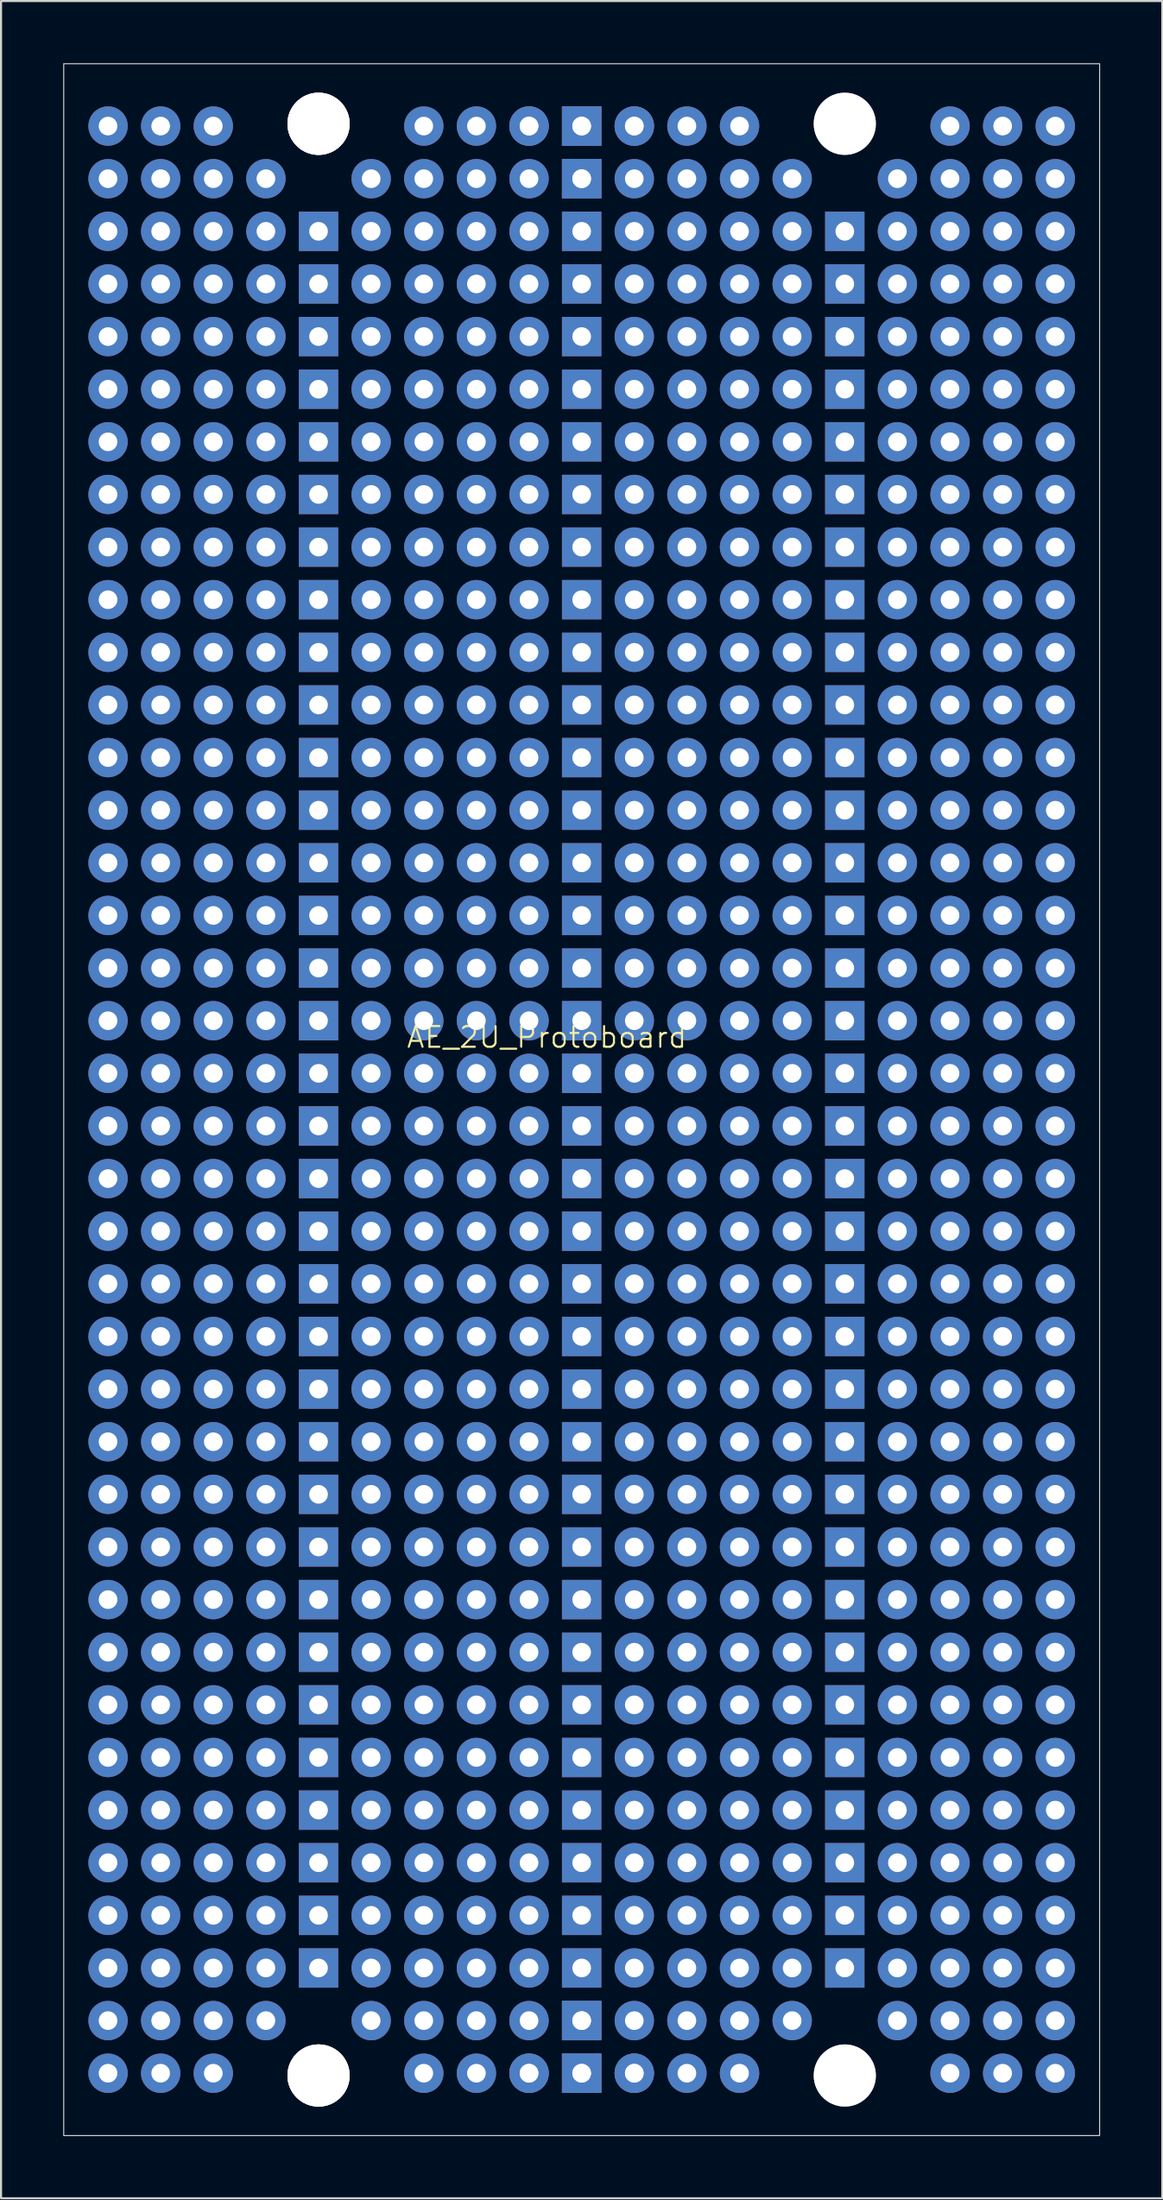
<source format=kicad_pcb>
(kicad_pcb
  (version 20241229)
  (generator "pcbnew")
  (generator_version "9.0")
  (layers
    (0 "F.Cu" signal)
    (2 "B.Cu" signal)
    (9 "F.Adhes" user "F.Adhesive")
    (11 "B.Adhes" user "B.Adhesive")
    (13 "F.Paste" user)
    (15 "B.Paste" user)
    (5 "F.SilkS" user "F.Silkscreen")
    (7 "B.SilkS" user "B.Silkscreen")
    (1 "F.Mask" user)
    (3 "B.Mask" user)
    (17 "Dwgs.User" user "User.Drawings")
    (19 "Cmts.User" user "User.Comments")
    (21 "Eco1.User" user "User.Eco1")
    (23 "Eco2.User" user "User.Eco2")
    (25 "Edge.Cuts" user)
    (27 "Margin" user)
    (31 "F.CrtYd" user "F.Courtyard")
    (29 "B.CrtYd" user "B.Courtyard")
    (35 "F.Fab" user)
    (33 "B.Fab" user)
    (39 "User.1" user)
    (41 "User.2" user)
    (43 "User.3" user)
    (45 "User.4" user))
  (footprint "AE_2U_Protoboard"
    (layer "F.Cu")
    (at 24.845 48.015)
    (property "Reference" "AE_2U_Protoboard" (at -1.5 -1 0) (unlocked yes) (layer "F.SilkS") (effects (font (size 1 1) (thickness 0.1))))
    (attr smd)
    (fp_rect (start -24.82 -47.99) (end 25.18 52.01) (stroke (width 0.05) (type solid)) (fill no) (layer "Edge.Cuts"))
    (pad "" thru_hole circle (at -22.68 -44.98) (size 1.9 1.9) (drill 0.9) (layers "*.Cu" "*.Mask"))
    (pad "" thru_hole circle (at -22.68 -42.44) (size 1.9 1.9) (drill 0.9) (layers "*.Cu" "*.Mask"))
    (pad "" thru_hole circle (at -22.68 -39.9) (size 1.9 1.9) (drill 0.9) (layers "*.Cu" "*.Mask"))
    (pad "" thru_hole circle (at -22.68 -37.36) (size 1.9 1.9) (drill 0.9) (layers "*.Cu" "*.Mask"))
    (pad "" thru_hole circle (at -22.68 -34.82) (size 1.9 1.9) (drill 0.9) (layers "*.Cu" "*.Mask"))
    (pad "" thru_hole circle (at -22.68 -32.28) (size 1.9 1.9) (drill 0.9) (layers "*.Cu" "*.Mask"))
    (pad "" thru_hole circle (at -22.68 -29.74) (size 1.9 1.9) (drill 0.9) (layers "*.Cu" "*.Mask"))
    (pad "" thru_hole circle (at -22.68 -27.2) (size 1.9 1.9) (drill 0.9) (layers "*.Cu" "*.Mask"))
    (pad "" thru_hole circle (at -22.68 -24.66) (size 1.9 1.9) (drill 0.9) (layers "*.Cu" "*.Mask"))
    (pad "" thru_hole circle (at -22.68 -22.12) (size 1.9 1.9) (drill 0.9) (layers "*.Cu" "*.Mask"))
    (pad "" thru_hole circle (at -22.68 -19.58) (size 1.9 1.9) (drill 0.9) (layers "*.Cu" "*.Mask"))
    (pad "" thru_hole circle (at -22.68 -17.04) (size 1.9 1.9) (drill 0.9) (layers "*.Cu" "*.Mask"))
    (pad "" thru_hole circle (at -22.68 -14.5) (size 1.9 1.9) (drill 0.9) (layers "*.Cu" "*.Mask"))
    (pad "" thru_hole circle (at -22.68 -11.96) (size 1.9 1.9) (drill 0.9) (layers "*.Cu" "*.Mask"))
    (pad "" thru_hole circle (at -22.68 -9.42) (size 1.9 1.9) (drill 0.9) (layers "*.Cu" "*.Mask"))
    (pad "" thru_hole circle (at -22.68 -6.88) (size 1.9 1.9) (drill 0.9) (layers "*.Cu" "*.Mask"))
    (pad "" thru_hole circle (at -22.68 -4.34) (size 1.9 1.9) (drill 0.9) (layers "*.Cu" "*.Mask"))
    (pad "" thru_hole circle (at -22.68 -1.8) (size 1.9 1.9) (drill 0.9) (layers "*.Cu" "*.Mask"))
    (pad "" thru_hole circle (at -22.68 0.74) (size 1.9 1.9) (drill 0.9) (layers "*.Cu" "*.Mask"))
    (pad "" thru_hole circle (at -22.68 3.28) (size 1.9 1.9) (drill 0.9) (layers "*.Cu" "*.Mask"))
    (pad "" thru_hole circle (at -22.68 5.82) (size 1.9 1.9) (drill 0.9) (layers "*.Cu" "*.Mask"))
    (pad "" thru_hole circle (at -22.68 8.36) (size 1.9 1.9) (drill 0.9) (layers "*.Cu" "*.Mask"))
    (pad "" thru_hole circle (at -22.68 10.9) (size 1.9 1.9) (drill 0.9) (layers "*.Cu" "*.Mask"))
    (pad "" thru_hole circle (at -22.68 13.44) (size 1.9 1.9) (drill 0.9) (layers "*.Cu" "*.Mask"))
    (pad "" thru_hole circle (at -22.68 15.98) (size 1.9 1.9) (drill 0.9) (layers "*.Cu" "*.Mask"))
    (pad "" thru_hole circle (at -22.68 18.52) (size 1.9 1.9) (drill 0.9) (layers "*.Cu" "*.Mask"))
    (pad "" thru_hole circle (at -22.68 21.06) (size 1.9 1.9) (drill 0.9) (layers "*.Cu" "*.Mask"))
    (pad "" thru_hole circle (at -22.68 23.6) (size 1.9 1.9) (drill 0.9) (layers "*.Cu" "*.Mask"))
    (pad "" thru_hole circle (at -22.68 26.14) (size 1.9 1.9) (drill 0.9) (layers "*.Cu" "*.Mask"))
    (pad "" thru_hole circle (at -22.68 28.68) (size 1.9 1.9) (drill 0.9) (layers "*.Cu" "*.Mask"))
    (pad "" thru_hole circle (at -22.68 31.22) (size 1.9 1.9) (drill 0.9) (layers "*.Cu" "*.Mask"))
    (pad "" thru_hole circle (at -22.68 33.76) (size 1.9 1.9) (drill 0.9) (layers "*.Cu" "*.Mask"))
    (pad "" thru_hole circle (at -22.68 36.3) (size 1.9 1.9) (drill 0.9) (layers "*.Cu" "*.Mask"))
    (pad "" thru_hole circle (at -22.68 38.84) (size 1.9 1.9) (drill 0.9) (layers "*.Cu" "*.Mask"))
    (pad "" thru_hole circle (at -22.68 41.38) (size 1.9 1.9) (drill 0.9) (layers "*.Cu" "*.Mask"))
    (pad "" thru_hole circle (at -22.68 43.92) (size 1.9 1.9) (drill 0.9) (layers "*.Cu" "*.Mask"))
    (pad "" thru_hole circle (at -22.68 46.46) (size 1.9 1.9) (drill 0.9) (layers "*.Cu" "*.Mask"))
    (pad "" thru_hole circle (at -22.68 49) (size 1.9 1.9) (drill 0.9) (layers "*.Cu" "*.Mask"))
    (pad "" thru_hole circle (at -20.14 -44.98) (size 1.9 1.9) (drill 0.9) (layers "*.Cu" "*.Mask"))
    (pad "" thru_hole circle (at -20.14 -42.44) (size 1.9 1.9) (drill 0.9) (layers "*.Cu" "*.Mask"))
    (pad "" thru_hole circle (at -20.14 -39.9) (size 1.9 1.9) (drill 0.9) (layers "*.Cu" "*.Mask"))
    (pad "" thru_hole circle (at -20.14 -37.36) (size 1.9 1.9) (drill 0.9) (layers "*.Cu" "*.Mask"))
    (pad "" thru_hole circle (at -20.14 -34.82) (size 1.9 1.9) (drill 0.9) (layers "*.Cu" "*.Mask"))
    (pad "" thru_hole circle (at -20.14 -32.28) (size 1.9 1.9) (drill 0.9) (layers "*.Cu" "*.Mask"))
    (pad "" thru_hole circle (at -20.14 -29.74) (size 1.9 1.9) (drill 0.9) (layers "*.Cu" "*.Mask"))
    (pad "" thru_hole circle (at -20.14 -27.2) (size 1.9 1.9) (drill 0.9) (layers "*.Cu" "*.Mask"))
    (pad "" thru_hole circle (at -20.14 -24.66) (size 1.9 1.9) (drill 0.9) (layers "*.Cu" "*.Mask"))
    (pad "" thru_hole circle (at -20.14 -22.12) (size 1.9 1.9) (drill 0.9) (layers "*.Cu" "*.Mask"))
    (pad "" thru_hole circle (at -20.14 -19.58) (size 1.9 1.9) (drill 0.9) (layers "*.Cu" "*.Mask"))
    (pad "" thru_hole circle (at -20.14 -17.04) (size 1.9 1.9) (drill 0.9) (layers "*.Cu" "*.Mask"))
    (pad "" thru_hole circle (at -20.14 -14.5) (size 1.9 1.9) (drill 0.9) (layers "*.Cu" "*.Mask"))
    (pad "" thru_hole circle (at -20.14 -11.96) (size 1.9 1.9) (drill 0.9) (layers "*.Cu" "*.Mask"))
    (pad "" thru_hole circle (at -20.14 -9.42) (size 1.9 1.9) (drill 0.9) (layers "*.Cu" "*.Mask"))
    (pad "" thru_hole circle (at -20.14 -6.88) (size 1.9 1.9) (drill 0.9) (layers "*.Cu" "*.Mask"))
    (pad "" thru_hole circle (at -20.14 -4.34) (size 1.9 1.9) (drill 0.9) (layers "*.Cu" "*.Mask"))
    (pad "" thru_hole circle (at -20.14 -1.8) (size 1.9 1.9) (drill 0.9) (layers "*.Cu" "*.Mask"))
    (pad "" thru_hole circle (at -20.14 0.74) (size 1.9 1.9) (drill 0.9) (layers "*.Cu" "*.Mask"))
    (pad "" thru_hole circle (at -20.14 3.28) (size 1.9 1.9) (drill 0.9) (layers "*.Cu" "*.Mask"))
    (pad "" thru_hole circle (at -20.14 5.82) (size 1.9 1.9) (drill 0.9) (layers "*.Cu" "*.Mask"))
    (pad "" thru_hole circle (at -20.14 8.36) (size 1.9 1.9) (drill 0.9) (layers "*.Cu" "*.Mask"))
    (pad "" thru_hole circle (at -20.14 10.9) (size 1.9 1.9) (drill 0.9) (layers "*.Cu" "*.Mask"))
    (pad "" thru_hole circle (at -20.14 13.44) (size 1.9 1.9) (drill 0.9) (layers "*.Cu" "*.Mask"))
    (pad "" thru_hole circle (at -20.14 15.98) (size 1.9 1.9) (drill 0.9) (layers "*.Cu" "*.Mask"))
    (pad "" thru_hole circle (at -20.14 18.52) (size 1.9 1.9) (drill 0.9) (layers "*.Cu" "*.Mask"))
    (pad "" thru_hole circle (at -20.14 21.06) (size 1.9 1.9) (drill 0.9) (layers "*.Cu" "*.Mask"))
    (pad "" thru_hole circle (at -20.14 23.6) (size 1.9 1.9) (drill 0.9) (layers "*.Cu" "*.Mask"))
    (pad "" thru_hole circle (at -20.14 26.14) (size 1.9 1.9) (drill 0.9) (layers "*.Cu" "*.Mask"))
    (pad "" thru_hole circle (at -20.14 28.68) (size 1.9 1.9) (drill 0.9) (layers "*.Cu" "*.Mask"))
    (pad "" thru_hole circle (at -20.14 31.22) (size 1.9 1.9) (drill 0.9) (layers "*.Cu" "*.Mask"))
    (pad "" thru_hole circle (at -20.14 33.76) (size 1.9 1.9) (drill 0.9) (layers "*.Cu" "*.Mask"))
    (pad "" thru_hole circle (at -20.14 36.3) (size 1.9 1.9) (drill 0.9) (layers "*.Cu" "*.Mask"))
    (pad "" thru_hole circle (at -20.14 38.84) (size 1.9 1.9) (drill 0.9) (layers "*.Cu" "*.Mask"))
    (pad "" thru_hole circle (at -20.14 41.38) (size 1.9 1.9) (drill 0.9) (layers "*.Cu" "*.Mask"))
    (pad "" thru_hole circle (at -20.14 43.92) (size 1.9 1.9) (drill 0.9) (layers "*.Cu" "*.Mask"))
    (pad "" thru_hole circle (at -20.14 46.46) (size 1.9 1.9) (drill 0.9) (layers "*.Cu" "*.Mask"))
    (pad "" thru_hole circle (at -20.14 49) (size 1.9 1.9) (drill 0.9) (layers "*.Cu" "*.Mask"))
    (pad "" thru_hole circle (at -17.6 -44.98) (size 1.9 1.9) (drill 0.9) (layers "*.Cu" "*.Mask"))
    (pad "" thru_hole circle (at -17.6 -42.44) (size 1.9 1.9) (drill 0.9) (layers "*.Cu" "*.Mask"))
    (pad "" thru_hole circle (at -17.6 -39.9) (size 1.9 1.9) (drill 0.9) (layers "*.Cu" "*.Mask"))
    (pad "" thru_hole circle (at -17.6 -37.36) (size 1.9 1.9) (drill 0.9) (layers "*.Cu" "*.Mask"))
    (pad "" thru_hole circle (at -17.6 -34.82) (size 1.9 1.9) (drill 0.9) (layers "*.Cu" "*.Mask"))
    (pad "" thru_hole circle (at -17.6 -32.28) (size 1.9 1.9) (drill 0.9) (layers "*.Cu" "*.Mask"))
    (pad "" thru_hole circle (at -17.6 -29.74) (size 1.9 1.9) (drill 0.9) (layers "*.Cu" "*.Mask"))
    (pad "" thru_hole circle (at -17.6 -27.2) (size 1.9 1.9) (drill 0.9) (layers "*.Cu" "*.Mask"))
    (pad "" thru_hole circle (at -17.6 -24.66) (size 1.9 1.9) (drill 0.9) (layers "*.Cu" "*.Mask"))
    (pad "" thru_hole circle (at -17.6 -22.12) (size 1.9 1.9) (drill 0.9) (layers "*.Cu" "*.Mask"))
    (pad "" thru_hole circle (at -17.6 -19.58) (size 1.9 1.9) (drill 0.9) (layers "*.Cu" "*.Mask"))
    (pad "" thru_hole circle (at -17.6 -17.04) (size 1.9 1.9) (drill 0.9) (layers "*.Cu" "*.Mask"))
    (pad "" thru_hole circle (at -17.6 -14.5) (size 1.9 1.9) (drill 0.9) (layers "*.Cu" "*.Mask"))
    (pad "" thru_hole circle (at -17.6 -11.96) (size 1.9 1.9) (drill 0.9) (layers "*.Cu" "*.Mask"))
    (pad "" thru_hole circle (at -17.6 -9.42) (size 1.9 1.9) (drill 0.9) (layers "*.Cu" "*.Mask"))
    (pad "" thru_hole circle (at -17.6 -6.88) (size 1.9 1.9) (drill 0.9) (layers "*.Cu" "*.Mask"))
    (pad "" thru_hole circle (at -17.6 -4.34) (size 1.9 1.9) (drill 0.9) (layers "*.Cu" "*.Mask"))
    (pad "" thru_hole circle (at -17.6 -1.8) (size 1.9 1.9) (drill 0.9) (layers "*.Cu" "*.Mask"))
    (pad "" thru_hole circle (at -17.6 0.74) (size 1.9 1.9) (drill 0.9) (layers "*.Cu" "*.Mask"))
    (pad "" thru_hole circle (at -17.6 3.28) (size 1.9 1.9) (drill 0.9) (layers "*.Cu" "*.Mask"))
    (pad "" thru_hole circle (at -17.6 5.82) (size 1.9 1.9) (drill 0.9) (layers "*.Cu" "*.Mask"))
    (pad "" thru_hole circle (at -17.6 8.36) (size 1.9 1.9) (drill 0.9) (layers "*.Cu" "*.Mask"))
    (pad "" thru_hole circle (at -17.6 10.9) (size 1.9 1.9) (drill 0.9) (layers "*.Cu" "*.Mask"))
    (pad "" thru_hole circle (at -17.6 13.44) (size 1.9 1.9) (drill 0.9) (layers "*.Cu" "*.Mask"))
    (pad "" thru_hole circle (at -17.6 15.98) (size 1.9 1.9) (drill 0.9) (layers "*.Cu" "*.Mask"))
    (pad "" thru_hole circle (at -17.6 18.52) (size 1.9 1.9) (drill 0.9) (layers "*.Cu" "*.Mask"))
    (pad "" thru_hole circle (at -17.6 21.06) (size 1.9 1.9) (drill 0.9) (layers "*.Cu" "*.Mask"))
    (pad "" thru_hole circle (at -17.6 23.6) (size 1.9 1.9) (drill 0.9) (layers "*.Cu" "*.Mask"))
    (pad "" thru_hole circle (at -17.6 26.14) (size 1.9 1.9) (drill 0.9) (layers "*.Cu" "*.Mask"))
    (pad "" thru_hole circle (at -17.6 28.68) (size 1.9 1.9) (drill 0.9) (layers "*.Cu" "*.Mask"))
    (pad "" thru_hole circle (at -17.6 31.22) (size 1.9 1.9) (drill 0.9) (layers "*.Cu" "*.Mask"))
    (pad "" thru_hole circle (at -17.6 33.76) (size 1.9 1.9) (drill 0.9) (layers "*.Cu" "*.Mask"))
    (pad "" thru_hole circle (at -17.6 36.3) (size 1.9 1.9) (drill 0.9) (layers "*.Cu" "*.Mask"))
    (pad "" thru_hole circle (at -17.6 38.84) (size 1.9 1.9) (drill 0.9) (layers "*.Cu" "*.Mask"))
    (pad "" thru_hole circle (at -17.6 41.38) (size 1.9 1.9) (drill 0.9) (layers "*.Cu" "*.Mask"))
    (pad "" thru_hole circle (at -17.6 43.92) (size 1.9 1.9) (drill 0.9) (layers "*.Cu" "*.Mask"))
    (pad "" thru_hole circle (at -17.6 46.46) (size 1.9 1.9) (drill 0.9) (layers "*.Cu" "*.Mask"))
    (pad "" thru_hole circle (at -17.6 49) (size 1.9 1.9) (drill 0.9) (layers "*.Cu" "*.Mask"))
    (pad "" thru_hole circle (at -15.06 -42.44) (size 1.9 1.9) (drill 0.9) (layers "*.Cu" "*.Mask"))
    (pad "" thru_hole circle (at -15.06 -39.9) (size 1.9 1.9) (drill 0.9) (layers "*.Cu" "*.Mask"))
    (pad "" thru_hole circle (at -15.06 -37.36) (size 1.9 1.9) (drill 0.9) (layers "*.Cu" "*.Mask"))
    (pad "" thru_hole circle (at -15.06 -34.82) (size 1.9 1.9) (drill 0.9) (layers "*.Cu" "*.Mask"))
    (pad "" thru_hole circle (at -15.06 -32.28) (size 1.9 1.9) (drill 0.9) (layers "*.Cu" "*.Mask"))
    (pad "" thru_hole circle (at -15.06 -29.74) (size 1.9 1.9) (drill 0.9) (layers "*.Cu" "*.Mask"))
    (pad "" thru_hole circle (at -15.06 -27.2) (size 1.9 1.9) (drill 0.9) (layers "*.Cu" "*.Mask"))
    (pad "" thru_hole circle (at -15.06 -24.66) (size 1.9 1.9) (drill 0.9) (layers "*.Cu" "*.Mask"))
    (pad "" thru_hole circle (at -15.06 -22.12) (size 1.9 1.9) (drill 0.9) (layers "*.Cu" "*.Mask"))
    (pad "" thru_hole circle (at -15.06 -19.58) (size 1.9 1.9) (drill 0.9) (layers "*.Cu" "*.Mask"))
    (pad "" thru_hole circle (at -15.06 -17.04) (size 1.9 1.9) (drill 0.9) (layers "*.Cu" "*.Mask"))
    (pad "" thru_hole circle (at -15.06 -14.5) (size 1.9 1.9) (drill 0.9) (layers "*.Cu" "*.Mask"))
    (pad "" thru_hole circle (at -15.06 -11.96) (size 1.9 1.9) (drill 0.9) (layers "*.Cu" "*.Mask"))
    (pad "" thru_hole circle (at -15.06 -9.42) (size 1.9 1.9) (drill 0.9) (layers "*.Cu" "*.Mask"))
    (pad "" thru_hole circle (at -15.06 -6.88) (size 1.9 1.9) (drill 0.9) (layers "*.Cu" "*.Mask"))
    (pad "" thru_hole circle (at -15.06 -4.34) (size 1.9 1.9) (drill 0.9) (layers "*.Cu" "*.Mask"))
    (pad "" thru_hole circle (at -15.06 -1.8) (size 1.9 1.9) (drill 0.9) (layers "*.Cu" "*.Mask"))
    (pad "" thru_hole circle (at -15.06 0.74) (size 1.9 1.9) (drill 0.9) (layers "*.Cu" "*.Mask"))
    (pad "" thru_hole circle (at -15.06 3.28) (size 1.9 1.9) (drill 0.9) (layers "*.Cu" "*.Mask"))
    (pad "" thru_hole circle (at -15.06 5.82) (size 1.9 1.9) (drill 0.9) (layers "*.Cu" "*.Mask"))
    (pad "" thru_hole circle (at -15.06 8.36) (size 1.9 1.9) (drill 0.9) (layers "*.Cu" "*.Mask"))
    (pad "" thru_hole circle (at -15.06 10.9) (size 1.9 1.9) (drill 0.9) (layers "*.Cu" "*.Mask"))
    (pad "" thru_hole circle (at -15.06 13.44) (size 1.9 1.9) (drill 0.9) (layers "*.Cu" "*.Mask"))
    (pad "" thru_hole circle (at -15.06 15.98) (size 1.9 1.9) (drill 0.9) (layers "*.Cu" "*.Mask"))
    (pad "" thru_hole circle (at -15.06 18.52) (size 1.9 1.9) (drill 0.9) (layers "*.Cu" "*.Mask"))
    (pad "" thru_hole circle (at -15.06 21.06) (size 1.9 1.9) (drill 0.9) (layers "*.Cu" "*.Mask"))
    (pad "" thru_hole circle (at -15.06 23.6) (size 1.9 1.9) (drill 0.9) (layers "*.Cu" "*.Mask"))
    (pad "" thru_hole circle (at -15.06 26.14) (size 1.9 1.9) (drill 0.9) (layers "*.Cu" "*.Mask"))
    (pad "" thru_hole circle (at -15.06 28.68) (size 1.9 1.9) (drill 0.9) (layers "*.Cu" "*.Mask"))
    (pad "" thru_hole circle (at -15.06 31.22) (size 1.9 1.9) (drill 0.9) (layers "*.Cu" "*.Mask"))
    (pad "" thru_hole circle (at -15.06 33.76) (size 1.9 1.9) (drill 0.9) (layers "*.Cu" "*.Mask"))
    (pad "" thru_hole circle (at -15.06 36.3) (size 1.9 1.9) (drill 0.9) (layers "*.Cu" "*.Mask"))
    (pad "" thru_hole circle (at -15.06 38.84) (size 1.9 1.9) (drill 0.9) (layers "*.Cu" "*.Mask"))
    (pad "" thru_hole circle (at -15.06 41.38) (size 1.9 1.9) (drill 0.9) (layers "*.Cu" "*.Mask"))
    (pad "" thru_hole circle (at -15.06 43.92) (size 1.9 1.9) (drill 0.9) (layers "*.Cu" "*.Mask"))
    (pad "" thru_hole circle (at -15.06 46.46) (size 1.9 1.9) (drill 0.9) (layers "*.Cu" "*.Mask"))
    (pad "" thru_hole circle (at -12.52 -45.09) (size 3 3) (drill 3) (layers "*.Cu" "*.Mask"))
    (pad "" thru_hole circle (at -12.52 -45.09) (size 3 3) (drill 3) (layers "*.Cu" "*.Mask"))
    (pad "" thru_hole rect (at -12.52 -39.9) (size 1.9 1.9) (drill 0.9) (layers "*.Cu" "*.Mask"))
    (pad "" thru_hole rect (at -12.52 -37.36) (size 1.9 1.9) (drill 0.9) (layers "*.Cu" "*.Mask"))
    (pad "" thru_hole rect (at -12.52 -34.82) (size 1.9 1.9) (drill 0.9) (layers "*.Cu" "*.Mask"))
    (pad "" thru_hole rect (at -12.52 -32.28) (size 1.9 1.9) (drill 0.9) (layers "*.Cu" "*.Mask"))
    (pad "" thru_hole rect (at -12.52 -29.74) (size 1.9 1.9) (drill 0.9) (layers "*.Cu" "*.Mask"))
    (pad "" thru_hole rect (at -12.52 -27.2) (size 1.9 1.9) (drill 0.9) (layers "*.Cu" "*.Mask"))
    (pad "" thru_hole rect (at -12.52 -24.66) (size 1.9 1.9) (drill 0.9) (layers "*.Cu" "*.Mask"))
    (pad "" thru_hole rect (at -12.52 -22.12) (size 1.9 1.9) (drill 0.9) (layers "*.Cu" "*.Mask"))
    (pad "" thru_hole rect (at -12.52 -19.58) (size 1.9 1.9) (drill 0.9) (layers "*.Cu" "*.Mask"))
    (pad "" thru_hole rect (at -12.52 -17.04) (size 1.9 1.9) (drill 0.9) (layers "*.Cu" "*.Mask"))
    (pad "" thru_hole rect (at -12.52 -14.5) (size 1.9 1.9) (drill 0.9) (layers "*.Cu" "*.Mask"))
    (pad "" thru_hole rect (at -12.52 -11.96) (size 1.9 1.9) (drill 0.9) (layers "*.Cu" "*.Mask"))
    (pad "" thru_hole rect (at -12.52 -9.42) (size 1.9 1.9) (drill 0.9) (layers "*.Cu" "*.Mask"))
    (pad "" thru_hole rect (at -12.52 -6.88) (size 1.9 1.9) (drill 0.9) (layers "*.Cu" "*.Mask"))
    (pad "" thru_hole rect (at -12.52 -4.34) (size 1.9 1.9) (drill 0.9) (layers "*.Cu" "*.Mask"))
    (pad "" thru_hole rect (at -12.52 -1.8) (size 1.9 1.9) (drill 0.9) (layers "*.Cu" "*.Mask"))
    (pad "" thru_hole rect (at -12.52 0.74) (size 1.9 1.9) (drill 0.9) (layers "*.Cu" "*.Mask"))
    (pad "" thru_hole rect (at -12.52 3.28) (size 1.9 1.9) (drill 0.9) (layers "*.Cu" "*.Mask"))
    (pad "" thru_hole rect (at -12.52 5.82) (size 1.9 1.9) (drill 0.9) (layers "*.Cu" "*.Mask"))
    (pad "" thru_hole rect (at -12.52 8.36) (size 1.9 1.9) (drill 0.9) (layers "*.Cu" "*.Mask"))
    (pad "" thru_hole rect (at -12.52 10.9) (size 1.9 1.9) (drill 0.9) (layers "*.Cu" "*.Mask"))
    (pad "" thru_hole rect (at -12.52 13.44) (size 1.9 1.9) (drill 0.9) (layers "*.Cu" "*.Mask"))
    (pad "" thru_hole rect (at -12.52 15.98) (size 1.9 1.9) (drill 0.9) (layers "*.Cu" "*.Mask"))
    (pad "" thru_hole rect (at -12.52 18.52) (size 1.9 1.9) (drill 0.9) (layers "*.Cu" "*.Mask"))
    (pad "" thru_hole rect (at -12.52 21.06) (size 1.9 1.9) (drill 0.9) (layers "*.Cu" "*.Mask"))
    (pad "" thru_hole rect (at -12.52 23.6) (size 1.9 1.9) (drill 0.9) (layers "*.Cu" "*.Mask"))
    (pad "" thru_hole rect (at -12.52 26.14) (size 1.9 1.9) (drill 0.9) (layers "*.Cu" "*.Mask"))
    (pad "" thru_hole rect (at -12.52 28.68) (size 1.9 1.9) (drill 0.9) (layers "*.Cu" "*.Mask"))
    (pad "" thru_hole rect (at -12.52 31.22) (size 1.9 1.9) (drill 0.9) (layers "*.Cu" "*.Mask"))
    (pad "" thru_hole rect (at -12.52 33.76) (size 1.9 1.9) (drill 0.9) (layers "*.Cu" "*.Mask"))
    (pad "" thru_hole rect (at -12.52 36.3) (size 1.9 1.9) (drill 0.9) (layers "*.Cu" "*.Mask"))
    (pad "" thru_hole rect (at -12.52 38.84) (size 1.9 1.9) (drill 0.9) (layers "*.Cu" "*.Mask"))
    (pad "" thru_hole rect (at -12.52 41.38) (size 1.9 1.9) (drill 0.9) (layers "*.Cu" "*.Mask"))
    (pad "" thru_hole rect (at -12.52 43.92) (size 1.9 1.9) (drill 0.9) (layers "*.Cu" "*.Mask"))
    (pad "" thru_hole circle (at -12.52 49.11) (size 3 3) (drill 3) (layers "*.Cu" "*.Mask"))
    (pad "" thru_hole circle (at -12.52 49.11) (size 3 3) (drill 3) (layers "*.Cu" "*.Mask"))
    (pad "" thru_hole circle (at -9.98 -42.44) (size 1.9 1.9) (drill 0.9) (layers "*.Cu" "*.Mask"))
    (pad "" thru_hole circle (at -9.98 -39.9) (size 1.9 1.9) (drill 0.9) (layers "*.Cu" "*.Mask"))
    (pad "" thru_hole circle (at -9.98 -37.36) (size 1.9 1.9) (drill 0.9) (layers "*.Cu" "*.Mask"))
    (pad "" thru_hole circle (at -9.98 -34.82) (size 1.9 1.9) (drill 0.9) (layers "*.Cu" "*.Mask"))
    (pad "" thru_hole circle (at -9.98 -32.28) (size 1.9 1.9) (drill 0.9) (layers "*.Cu" "*.Mask"))
    (pad "" thru_hole circle (at -9.98 -29.74) (size 1.9 1.9) (drill 0.9) (layers "*.Cu" "*.Mask"))
    (pad "" thru_hole circle (at -9.98 -27.2) (size 1.9 1.9) (drill 0.9) (layers "*.Cu" "*.Mask"))
    (pad "" thru_hole circle (at -9.98 -24.66) (size 1.9 1.9) (drill 0.9) (layers "*.Cu" "*.Mask"))
    (pad "" thru_hole circle (at -9.98 -22.12) (size 1.9 1.9) (drill 0.9) (layers "*.Cu" "*.Mask"))
    (pad "" thru_hole circle (at -9.98 -19.58) (size 1.9 1.9) (drill 0.9) (layers "*.Cu" "*.Mask"))
    (pad "" thru_hole circle (at -9.98 -17.04) (size 1.9 1.9) (drill 0.9) (layers "*.Cu" "*.Mask"))
    (pad "" thru_hole circle (at -9.98 -14.5) (size 1.9 1.9) (drill 0.9) (layers "*.Cu" "*.Mask"))
    (pad "" thru_hole circle (at -9.98 -11.96) (size 1.9 1.9) (drill 0.9) (layers "*.Cu" "*.Mask"))
    (pad "" thru_hole circle (at -9.98 -9.42) (size 1.9 1.9) (drill 0.9) (layers "*.Cu" "*.Mask"))
    (pad "" thru_hole circle (at -9.98 -6.88) (size 1.9 1.9) (drill 0.9) (layers "*.Cu" "*.Mask"))
    (pad "" thru_hole circle (at -9.98 -4.34) (size 1.9 1.9) (drill 0.9) (layers "*.Cu" "*.Mask"))
    (pad "" thru_hole circle (at -9.98 -1.8) (size 1.9 1.9) (drill 0.9) (layers "*.Cu" "*.Mask"))
    (pad "" thru_hole circle (at -9.98 0.74) (size 1.9 1.9) (drill 0.9) (layers "*.Cu" "*.Mask"))
    (pad "" thru_hole circle (at -9.98 3.28) (size 1.9 1.9) (drill 0.9) (layers "*.Cu" "*.Mask"))
    (pad "" thru_hole circle (at -9.98 5.82) (size 1.9 1.9) (drill 0.9) (layers "*.Cu" "*.Mask"))
    (pad "" thru_hole circle (at -9.98 8.36) (size 1.9 1.9) (drill 0.9) (layers "*.Cu" "*.Mask"))
    (pad "" thru_hole circle (at -9.98 10.9) (size 1.9 1.9) (drill 0.9) (layers "*.Cu" "*.Mask"))
    (pad "" thru_hole circle (at -9.98 13.44) (size 1.9 1.9) (drill 0.9) (layers "*.Cu" "*.Mask"))
    (pad "" thru_hole circle (at -9.98 15.98) (size 1.9 1.9) (drill 0.9) (layers "*.Cu" "*.Mask"))
    (pad "" thru_hole circle (at -9.98 18.52) (size 1.9 1.9) (drill 0.9) (layers "*.Cu" "*.Mask"))
    (pad "" thru_hole circle (at -9.98 21.06) (size 1.9 1.9) (drill 0.9) (layers "*.Cu" "*.Mask"))
    (pad "" thru_hole circle (at -9.98 23.6) (size 1.9 1.9) (drill 0.9) (layers "*.Cu" "*.Mask"))
    (pad "" thru_hole circle (at -9.98 26.14) (size 1.9 1.9) (drill 0.9) (layers "*.Cu" "*.Mask"))
    (pad "" thru_hole circle (at -9.98 28.68) (size 1.9 1.9) (drill 0.9) (layers "*.Cu" "*.Mask"))
    (pad "" thru_hole circle (at -9.98 31.22) (size 1.9 1.9) (drill 0.9) (layers "*.Cu" "*.Mask"))
    (pad "" thru_hole circle (at -9.98 33.76) (size 1.9 1.9) (drill 0.9) (layers "*.Cu" "*.Mask"))
    (pad "" thru_hole circle (at -9.98 36.3) (size 1.9 1.9) (drill 0.9) (layers "*.Cu" "*.Mask"))
    (pad "" thru_hole circle (at -9.98 38.84) (size 1.9 1.9) (drill 0.9) (layers "*.Cu" "*.Mask"))
    (pad "" thru_hole circle (at -9.98 41.38) (size 1.9 1.9) (drill 0.9) (layers "*.Cu" "*.Mask"))
    (pad "" thru_hole circle (at -9.98 43.92) (size 1.9 1.9) (drill 0.9) (layers "*.Cu" "*.Mask"))
    (pad "" thru_hole circle (at -9.98 46.46) (size 1.9 1.9) (drill 0.9) (layers "*.Cu" "*.Mask"))
    (pad "" thru_hole circle (at -7.44 -44.98) (size 1.9 1.9) (drill 0.9) (layers "*.Cu" "*.Mask"))
    (pad "" thru_hole circle (at -7.44 -42.44) (size 1.9 1.9) (drill 0.9) (layers "*.Cu" "*.Mask"))
    (pad "" thru_hole circle (at -7.44 -39.9) (size 1.9 1.9) (drill 0.9) (layers "*.Cu" "*.Mask"))
    (pad "" thru_hole circle (at -7.44 -37.36) (size 1.9 1.9) (drill 0.9) (layers "*.Cu" "*.Mask"))
    (pad "" thru_hole circle (at -7.44 -34.82) (size 1.9 1.9) (drill 0.9) (layers "*.Cu" "*.Mask"))
    (pad "" thru_hole circle (at -7.44 -32.28) (size 1.9 1.9) (drill 0.9) (layers "*.Cu" "*.Mask"))
    (pad "" thru_hole circle (at -7.44 -29.74) (size 1.9 1.9) (drill 0.9) (layers "*.Cu" "*.Mask"))
    (pad "" thru_hole circle (at -7.44 -27.2) (size 1.9 1.9) (drill 0.9) (layers "*.Cu" "*.Mask"))
    (pad "" thru_hole circle (at -7.44 -24.66) (size 1.9 1.9) (drill 0.9) (layers "*.Cu" "*.Mask"))
    (pad "" thru_hole circle (at -7.44 -22.12) (size 1.9 1.9) (drill 0.9) (layers "*.Cu" "*.Mask"))
    (pad "" thru_hole circle (at -7.44 -19.58) (size 1.9 1.9) (drill 0.9) (layers "*.Cu" "*.Mask"))
    (pad "" thru_hole circle (at -7.44 -17.04) (size 1.9 1.9) (drill 0.9) (layers "*.Cu" "*.Mask"))
    (pad "" thru_hole circle (at -7.44 -14.5) (size 1.9 1.9) (drill 0.9) (layers "*.Cu" "*.Mask"))
    (pad "" thru_hole circle (at -7.44 -11.96) (size 1.9 1.9) (drill 0.9) (layers "*.Cu" "*.Mask"))
    (pad "" thru_hole circle (at -7.44 -9.42) (size 1.9 1.9) (drill 0.9) (layers "*.Cu" "*.Mask"))
    (pad "" thru_hole circle (at -7.44 -6.88) (size 1.9 1.9) (drill 0.9) (layers "*.Cu" "*.Mask"))
    (pad "" thru_hole circle (at -7.44 -4.34) (size 1.9 1.9) (drill 0.9) (layers "*.Cu" "*.Mask"))
    (pad "" thru_hole circle (at -7.44 -1.8) (size 1.9 1.9) (drill 0.9) (layers "*.Cu" "*.Mask"))
    (pad "" thru_hole circle (at -7.44 0.74) (size 1.9 1.9) (drill 0.9) (layers "*.Cu" "*.Mask"))
    (pad "" thru_hole circle (at -7.44 3.28) (size 1.9 1.9) (drill 0.9) (layers "*.Cu" "*.Mask"))
    (pad "" thru_hole circle (at -7.44 5.82) (size 1.9 1.9) (drill 0.9) (layers "*.Cu" "*.Mask"))
    (pad "" thru_hole circle (at -7.44 8.36) (size 1.9 1.9) (drill 0.9) (layers "*.Cu" "*.Mask"))
    (pad "" thru_hole circle (at -7.44 10.9) (size 1.9 1.9) (drill 0.9) (layers "*.Cu" "*.Mask"))
    (pad "" thru_hole circle (at -7.44 13.44) (size 1.9 1.9) (drill 0.9) (layers "*.Cu" "*.Mask"))
    (pad "" thru_hole circle (at -7.44 15.98) (size 1.9 1.9) (drill 0.9) (layers "*.Cu" "*.Mask"))
    (pad "" thru_hole circle (at -7.44 18.52) (size 1.9 1.9) (drill 0.9) (layers "*.Cu" "*.Mask"))
    (pad "" thru_hole circle (at -7.44 21.06) (size 1.9 1.9) (drill 0.9) (layers "*.Cu" "*.Mask"))
    (pad "" thru_hole circle (at -7.44 23.6) (size 1.9 1.9) (drill 0.9) (layers "*.Cu" "*.Mask"))
    (pad "" thru_hole circle (at -7.44 26.14) (size 1.9 1.9) (drill 0.9) (layers "*.Cu" "*.Mask"))
    (pad "" thru_hole circle (at -7.44 28.68) (size 1.9 1.9) (drill 0.9) (layers "*.Cu" "*.Mask"))
    (pad "" thru_hole circle (at -7.44 31.22) (size 1.9 1.9) (drill 0.9) (layers "*.Cu" "*.Mask"))
    (pad "" thru_hole circle (at -7.44 33.76) (size 1.9 1.9) (drill 0.9) (layers "*.Cu" "*.Mask"))
    (pad "" thru_hole circle (at -7.44 36.3) (size 1.9 1.9) (drill 0.9) (layers "*.Cu" "*.Mask"))
    (pad "" thru_hole circle (at -7.44 38.84) (size 1.9 1.9) (drill 0.9) (layers "*.Cu" "*.Mask"))
    (pad "" thru_hole circle (at -7.44 41.38) (size 1.9 1.9) (drill 0.9) (layers "*.Cu" "*.Mask"))
    (pad "" thru_hole circle (at -7.44 43.92) (size 1.9 1.9) (drill 0.9) (layers "*.Cu" "*.Mask"))
    (pad "" thru_hole circle (at -7.44 46.46) (size 1.9 1.9) (drill 0.9) (layers "*.Cu" "*.Mask"))
    (pad "" thru_hole circle (at -7.44 49) (size 1.9 1.9) (drill 0.9) (layers "*.Cu" "*.Mask"))
    (pad "" thru_hole circle (at -4.9 -44.98) (size 1.9 1.9) (drill 0.9) (layers "*.Cu" "*.Mask"))
    (pad "" thru_hole circle (at -4.9 -42.44) (size 1.9 1.9) (drill 0.9) (layers "*.Cu" "*.Mask"))
    (pad "" thru_hole circle (at -4.9 -39.9) (size 1.9 1.9) (drill 0.9) (layers "*.Cu" "*.Mask"))
    (pad "" thru_hole circle (at -4.9 -37.36) (size 1.9 1.9) (drill 0.9) (layers "*.Cu" "*.Mask"))
    (pad "" thru_hole circle (at -4.9 -34.82) (size 1.9 1.9) (drill 0.9) (layers "*.Cu" "*.Mask"))
    (pad "" thru_hole circle (at -4.9 -32.28) (size 1.9 1.9) (drill 0.9) (layers "*.Cu" "*.Mask"))
    (pad "" thru_hole circle (at -4.9 -29.74) (size 1.9 1.9) (drill 0.9) (layers "*.Cu" "*.Mask"))
    (pad "" thru_hole circle (at -4.9 -27.2) (size 1.9 1.9) (drill 0.9) (layers "*.Cu" "*.Mask"))
    (pad "" thru_hole circle (at -4.9 -24.66) (size 1.9 1.9) (drill 0.9) (layers "*.Cu" "*.Mask"))
    (pad "" thru_hole circle (at -4.9 -22.12) (size 1.9 1.9) (drill 0.9) (layers "*.Cu" "*.Mask"))
    (pad "" thru_hole circle (at -4.9 -19.58) (size 1.9 1.9) (drill 0.9) (layers "*.Cu" "*.Mask"))
    (pad "" thru_hole circle (at -4.9 -17.04) (size 1.9 1.9) (drill 0.9) (layers "*.Cu" "*.Mask"))
    (pad "" thru_hole circle (at -4.9 -14.5) (size 1.9 1.9) (drill 0.9) (layers "*.Cu" "*.Mask"))
    (pad "" thru_hole circle (at -4.9 -11.96) (size 1.9 1.9) (drill 0.9) (layers "*.Cu" "*.Mask"))
    (pad "" thru_hole circle (at -4.9 -9.42) (size 1.9 1.9) (drill 0.9) (layers "*.Cu" "*.Mask"))
    (pad "" thru_hole circle (at -4.9 -6.88) (size 1.9 1.9) (drill 0.9) (layers "*.Cu" "*.Mask"))
    (pad "" thru_hole circle (at -4.9 -4.34) (size 1.9 1.9) (drill 0.9) (layers "*.Cu" "*.Mask"))
    (pad "" thru_hole circle (at -4.9 -1.8) (size 1.9 1.9) (drill 0.9) (layers "*.Cu" "*.Mask"))
    (pad "" thru_hole circle (at -4.9 0.74) (size 1.9 1.9) (drill 0.9) (layers "*.Cu" "*.Mask"))
    (pad "" thru_hole circle (at -4.9 3.28) (size 1.9 1.9) (drill 0.9) (layers "*.Cu" "*.Mask"))
    (pad "" thru_hole circle (at -4.9 5.82) (size 1.9 1.9) (drill 0.9) (layers "*.Cu" "*.Mask"))
    (pad "" thru_hole circle (at -4.9 8.36) (size 1.9 1.9) (drill 0.9) (layers "*.Cu" "*.Mask"))
    (pad "" thru_hole circle (at -4.9 10.9) (size 1.9 1.9) (drill 0.9) (layers "*.Cu" "*.Mask"))
    (pad "" thru_hole circle (at -4.9 13.44) (size 1.9 1.9) (drill 0.9) (layers "*.Cu" "*.Mask"))
    (pad "" thru_hole circle (at -4.9 15.98) (size 1.9 1.9) (drill 0.9) (layers "*.Cu" "*.Mask"))
    (pad "" thru_hole circle (at -4.9 18.52) (size 1.9 1.9) (drill 0.9) (layers "*.Cu" "*.Mask"))
    (pad "" thru_hole circle (at -4.9 21.06) (size 1.9 1.9) (drill 0.9) (layers "*.Cu" "*.Mask"))
    (pad "" thru_hole circle (at -4.9 23.6) (size 1.9 1.9) (drill 0.9) (layers "*.Cu" "*.Mask"))
    (pad "" thru_hole circle (at -4.9 26.14) (size 1.9 1.9) (drill 0.9) (layers "*.Cu" "*.Mask"))
    (pad "" thru_hole circle (at -4.9 28.68) (size 1.9 1.9) (drill 0.9) (layers "*.Cu" "*.Mask"))
    (pad "" thru_hole circle (at -4.9 31.22) (size 1.9 1.9) (drill 0.9) (layers "*.Cu" "*.Mask"))
    (pad "" thru_hole circle (at -4.9 33.76) (size 1.9 1.9) (drill 0.9) (layers "*.Cu" "*.Mask"))
    (pad "" thru_hole circle (at -4.9 36.3) (size 1.9 1.9) (drill 0.9) (layers "*.Cu" "*.Mask"))
    (pad "" thru_hole circle (at -4.9 38.84) (size 1.9 1.9) (drill 0.9) (layers "*.Cu" "*.Mask"))
    (pad "" thru_hole circle (at -4.9 41.38) (size 1.9 1.9) (drill 0.9) (layers "*.Cu" "*.Mask"))
    (pad "" thru_hole circle (at -4.9 43.92) (size 1.9 1.9) (drill 0.9) (layers "*.Cu" "*.Mask"))
    (pad "" thru_hole circle (at -4.9 46.46) (size 1.9 1.9) (drill 0.9) (layers "*.Cu" "*.Mask"))
    (pad "" thru_hole circle (at -4.9 49) (size 1.9 1.9) (drill 0.9) (layers "*.Cu" "*.Mask"))
    (pad "" thru_hole circle (at -2.36 -44.98) (size 1.9 1.9) (drill 0.9) (layers "*.Cu" "*.Mask"))
    (pad "" thru_hole circle (at -2.36 -44.98) (size 1.9 1.9) (drill 0.9) (layers "*.Cu" "*.Mask"))
    (pad "" thru_hole circle (at -2.36 -42.44) (size 1.9 1.9) (drill 0.9) (layers "*.Cu" "*.Mask"))
    (pad "" thru_hole circle (at -2.36 -39.9) (size 1.9 1.9) (drill 0.9) (layers "*.Cu" "*.Mask"))
    (pad "" thru_hole circle (at -2.36 -37.36) (size 1.9 1.9) (drill 0.9) (layers "*.Cu" "*.Mask"))
    (pad "" thru_hole circle (at -2.36 -34.82) (size 1.9 1.9) (drill 0.9) (layers "*.Cu" "*.Mask"))
    (pad "" thru_hole circle (at -2.36 -32.28) (size 1.9 1.9) (drill 0.9) (layers "*.Cu" "*.Mask"))
    (pad "" thru_hole circle (at -2.36 -29.74) (size 1.9 1.9) (drill 0.9) (layers "*.Cu" "*.Mask"))
    (pad "" thru_hole circle (at -2.36 -27.2) (size 1.9 1.9) (drill 0.9) (layers "*.Cu" "*.Mask"))
    (pad "" thru_hole circle (at -2.36 -24.66) (size 1.9 1.9) (drill 0.9) (layers "*.Cu" "*.Mask"))
    (pad "" thru_hole circle (at -2.36 -22.12) (size 1.9 1.9) (drill 0.9) (layers "*.Cu" "*.Mask"))
    (pad "" thru_hole circle (at -2.36 -19.58) (size 1.9 1.9) (drill 0.9) (layers "*.Cu" "*.Mask"))
    (pad "" thru_hole circle (at -2.36 -17.04) (size 1.9 1.9) (drill 0.9) (layers "*.Cu" "*.Mask"))
    (pad "" thru_hole circle (at -2.36 -14.5) (size 1.9 1.9) (drill 0.9) (layers "*.Cu" "*.Mask"))
    (pad "" thru_hole circle (at -2.36 -11.96) (size 1.9 1.9) (drill 0.9) (layers "*.Cu" "*.Mask"))
    (pad "" thru_hole circle (at -2.36 -9.42) (size 1.9 1.9) (drill 0.9) (layers "*.Cu" "*.Mask"))
    (pad "" thru_hole circle (at -2.36 -6.88) (size 1.9 1.9) (drill 0.9) (layers "*.Cu" "*.Mask"))
    (pad "" thru_hole circle (at -2.36 -4.34) (size 1.9 1.9) (drill 0.9) (layers "*.Cu" "*.Mask"))
    (pad "" thru_hole circle (at -2.36 -1.8) (size 1.9 1.9) (drill 0.9) (layers "*.Cu" "*.Mask"))
    (pad "" thru_hole circle (at -2.36 0.74) (size 1.9 1.9) (drill 0.9) (layers "*.Cu" "*.Mask"))
    (pad "" thru_hole circle (at -2.36 3.28) (size 1.9 1.9) (drill 0.9) (layers "*.Cu" "*.Mask"))
    (pad "" thru_hole circle (at -2.36 5.82) (size 1.9 1.9) (drill 0.9) (layers "*.Cu" "*.Mask"))
    (pad "" thru_hole circle (at -2.36 8.36) (size 1.9 1.9) (drill 0.9) (layers "*.Cu" "*.Mask"))
    (pad "" thru_hole circle (at -2.36 10.9) (size 1.9 1.9) (drill 0.9) (layers "*.Cu" "*.Mask"))
    (pad "" thru_hole circle (at -2.36 13.44) (size 1.9 1.9) (drill 0.9) (layers "*.Cu" "*.Mask"))
    (pad "" thru_hole circle (at -2.36 15.98) (size 1.9 1.9) (drill 0.9) (layers "*.Cu" "*.Mask"))
    (pad "" thru_hole circle (at -2.36 18.52) (size 1.9 1.9) (drill 0.9) (layers "*.Cu" "*.Mask"))
    (pad "" thru_hole circle (at -2.36 21.06) (size 1.9 1.9) (drill 0.9) (layers "*.Cu" "*.Mask"))
    (pad "" thru_hole circle (at -2.36 23.6) (size 1.9 1.9) (drill 0.9) (layers "*.Cu" "*.Mask"))
    (pad "" thru_hole circle (at -2.36 26.14) (size 1.9 1.9) (drill 0.9) (layers "*.Cu" "*.Mask"))
    (pad "" thru_hole circle (at -2.36 28.68) (size 1.9 1.9) (drill 0.9) (layers "*.Cu" "*.Mask"))
    (pad "" thru_hole circle (at -2.36 31.22) (size 1.9 1.9) (drill 0.9) (layers "*.Cu" "*.Mask"))
    (pad "" thru_hole circle (at -2.36 33.76) (size 1.9 1.9) (drill 0.9) (layers "*.Cu" "*.Mask"))
    (pad "" thru_hole circle (at -2.36 36.3) (size 1.9 1.9) (drill 0.9) (layers "*.Cu" "*.Mask"))
    (pad "" thru_hole circle (at -2.36 38.84) (size 1.9 1.9) (drill 0.9) (layers "*.Cu" "*.Mask"))
    (pad "" thru_hole circle (at -2.36 41.38) (size 1.9 1.9) (drill 0.9) (layers "*.Cu" "*.Mask"))
    (pad "" thru_hole circle (at -2.36 43.92) (size 1.9 1.9) (drill 0.9) (layers "*.Cu" "*.Mask"))
    (pad "" thru_hole circle (at -2.36 46.46) (size 1.9 1.9) (drill 0.9) (layers "*.Cu" "*.Mask"))
    (pad "" thru_hole circle (at -2.36 49) (size 1.9 1.9) (drill 0.9) (layers "*.Cu" "*.Mask"))
    (pad "" thru_hole circle (at -2.36 49) (size 1.9 1.9) (drill 0.9) (layers "*.Cu" "*.Mask"))
    (pad "" thru_hole rect (at 0.18 -44.98) (size 1.9 1.9) (drill 0.9) (layers "*.Cu" "*.Mask"))
    (pad "" thru_hole rect (at 0.18 -44.98) (size 1.9 1.9) (drill 0.9) (layers "*.Cu" "*.Mask"))
    (pad "" thru_hole rect (at 0.18 -42.44) (size 1.9 1.9) (drill 0.9) (layers "*.Cu" "*.Mask"))
    (pad "" thru_hole rect (at 0.18 -42.44) (size 1.9 1.9) (drill 0.9) (layers "*.Cu" "*.Mask"))
    (pad "" thru_hole rect (at 0.18 -39.9) (size 1.9 1.9) (drill 0.9) (layers "*.Cu" "*.Mask"))
    (pad "" thru_hole rect (at 0.18 -37.36) (size 1.9 1.9) (drill 0.9) (layers "*.Cu" "*.Mask"))
    (pad "" thru_hole rect (at 0.18 -34.82) (size 1.9 1.9) (drill 0.9) (layers "*.Cu" "*.Mask"))
    (pad "" thru_hole rect (at 0.18 -32.28) (size 1.9 1.9) (drill 0.9) (layers "*.Cu" "*.Mask"))
    (pad "" thru_hole rect (at 0.18 -29.74) (size 1.9 1.9) (drill 0.9) (layers "*.Cu" "*.Mask"))
    (pad "" thru_hole rect (at 0.18 -27.2) (size 1.9 1.9) (drill 0.9) (layers "*.Cu" "*.Mask"))
    (pad "" thru_hole rect (at 0.18 -24.66) (size 1.9 1.9) (drill 0.9) (layers "*.Cu" "*.Mask"))
    (pad "" thru_hole rect (at 0.18 -22.12) (size 1.9 1.9) (drill 0.9) (layers "*.Cu" "*.Mask"))
    (pad "" thru_hole rect (at 0.18 -19.58) (size 1.9 1.9) (drill 0.9) (layers "*.Cu" "*.Mask"))
    (pad "" thru_hole rect (at 0.18 -17.04) (size 1.9 1.9) (drill 0.9) (layers "*.Cu" "*.Mask"))
    (pad "" thru_hole rect (at 0.18 -14.5) (size 1.9 1.9) (drill 0.9) (layers "*.Cu" "*.Mask"))
    (pad "" thru_hole rect (at 0.18 -11.96) (size 1.9 1.9) (drill 0.9) (layers "*.Cu" "*.Mask"))
    (pad "" thru_hole rect (at 0.18 -9.42) (size 1.9 1.9) (drill 0.9) (layers "*.Cu" "*.Mask"))
    (pad "" thru_hole rect (at 0.18 -6.88) (size 1.9 1.9) (drill 0.9) (layers "*.Cu" "*.Mask"))
    (pad "" thru_hole rect (at 0.18 -4.34) (size 1.9 1.9) (drill 0.9) (layers "*.Cu" "*.Mask"))
    (pad "" thru_hole rect (at 0.18 -1.8) (size 1.9 1.9) (drill 0.9) (layers "*.Cu" "*.Mask"))
    (pad "" thru_hole rect (at 0.18 0.74) (size 1.9 1.9) (drill 0.9) (layers "*.Cu" "*.Mask"))
    (pad "" thru_hole rect (at 0.18 3.28) (size 1.9 1.9) (drill 0.9) (layers "*.Cu" "*.Mask"))
    (pad "" thru_hole rect (at 0.18 5.82) (size 1.9 1.9) (drill 0.9) (layers "*.Cu" "*.Mask"))
    (pad "" thru_hole rect (at 0.18 8.36) (size 1.9 1.9) (drill 0.9) (layers "*.Cu" "*.Mask"))
    (pad "" thru_hole rect (at 0.18 10.9) (size 1.9 1.9) (drill 0.9) (layers "*.Cu" "*.Mask"))
    (pad "" thru_hole rect (at 0.18 13.44) (size 1.9 1.9) (drill 0.9) (layers "*.Cu" "*.Mask"))
    (pad "" thru_hole rect (at 0.18 15.98) (size 1.9 1.9) (drill 0.9) (layers "*.Cu" "*.Mask"))
    (pad "" thru_hole rect (at 0.18 18.52) (size 1.9 1.9) (drill 0.9) (layers "*.Cu" "*.Mask"))
    (pad "" thru_hole rect (at 0.18 21.06) (size 1.9 1.9) (drill 0.9) (layers "*.Cu" "*.Mask"))
    (pad "" thru_hole rect (at 0.18 23.6) (size 1.9 1.9) (drill 0.9) (layers "*.Cu" "*.Mask"))
    (pad "" thru_hole rect (at 0.18 26.14) (size 1.9 1.9) (drill 0.9) (layers "*.Cu" "*.Mask"))
    (pad "" thru_hole rect (at 0.18 28.68) (size 1.9 1.9) (drill 0.9) (layers "*.Cu" "*.Mask"))
    (pad "" thru_hole rect (at 0.18 31.22) (size 1.9 1.9) (drill 0.9) (layers "*.Cu" "*.Mask"))
    (pad "" thru_hole rect (at 0.18 33.76) (size 1.9 1.9) (drill 0.9) (layers "*.Cu" "*.Mask"))
    (pad "" thru_hole rect (at 0.18 36.3) (size 1.9 1.9) (drill 0.9) (layers "*.Cu" "*.Mask"))
    (pad "" thru_hole rect (at 0.18 38.84) (size 1.9 1.9) (drill 0.9) (layers "*.Cu" "*.Mask"))
    (pad "" thru_hole rect (at 0.18 41.38) (size 1.9 1.9) (drill 0.9) (layers "*.Cu" "*.Mask"))
    (pad "" thru_hole rect (at 0.18 43.92) (size 1.9 1.9) (drill 0.9) (layers "*.Cu" "*.Mask"))
    (pad "" thru_hole rect (at 0.18 46.46) (size 1.9 1.9) (drill 0.9) (layers "*.Cu" "*.Mask"))
    (pad "" thru_hole rect (at 0.18 46.46) (size 1.9 1.9) (drill 0.9) (layers "*.Cu" "*.Mask"))
    (pad "" thru_hole rect (at 0.18 49) (size 1.9 1.9) (drill 0.9) (layers "*.Cu" "*.Mask"))
    (pad "" thru_hole rect (at 0.18 49) (size 1.9 1.9) (drill 0.9) (layers "*.Cu" "*.Mask"))
    (pad "" thru_hole circle (at 2.72 -44.98) (size 1.9 1.9) (drill 0.9) (layers "*.Cu" "*.Mask"))
    (pad "" thru_hole circle (at 2.72 -44.98) (size 1.9 1.9) (drill 0.9) (layers "*.Cu" "*.Mask"))
    (pad "" thru_hole circle (at 2.72 -42.44) (size 1.9 1.9) (drill 0.9) (layers "*.Cu" "*.Mask"))
    (pad "" thru_hole circle (at 2.72 -39.9) (size 1.9 1.9) (drill 0.9) (layers "*.Cu" "*.Mask"))
    (pad "" thru_hole circle (at 2.72 -37.36) (size 1.9 1.9) (drill 0.9) (layers "*.Cu" "*.Mask"))
    (pad "" thru_hole circle (at 2.72 -34.82) (size 1.9 1.9) (drill 0.9) (layers "*.Cu" "*.Mask"))
    (pad "" thru_hole circle (at 2.72 -32.28) (size 1.9 1.9) (drill 0.9) (layers "*.Cu" "*.Mask"))
    (pad "" thru_hole circle (at 2.72 -29.74) (size 1.9 1.9) (drill 0.9) (layers "*.Cu" "*.Mask"))
    (pad "" thru_hole circle (at 2.72 -27.2) (size 1.9 1.9) (drill 0.9) (layers "*.Cu" "*.Mask"))
    (pad "" thru_hole circle (at 2.72 -24.66) (size 1.9 1.9) (drill 0.9) (layers "*.Cu" "*.Mask"))
    (pad "" thru_hole circle (at 2.72 -22.12) (size 1.9 1.9) (drill 0.9) (layers "*.Cu" "*.Mask"))
    (pad "" thru_hole circle (at 2.72 -19.58) (size 1.9 1.9) (drill 0.9) (layers "*.Cu" "*.Mask"))
    (pad "" thru_hole circle (at 2.72 -17.04) (size 1.9 1.9) (drill 0.9) (layers "*.Cu" "*.Mask"))
    (pad "" thru_hole circle (at 2.72 -14.5) (size 1.9 1.9) (drill 0.9) (layers "*.Cu" "*.Mask"))
    (pad "" thru_hole circle (at 2.72 -11.96) (size 1.9 1.9) (drill 0.9) (layers "*.Cu" "*.Mask"))
    (pad "" thru_hole circle (at 2.72 -9.42) (size 1.9 1.9) (drill 0.9) (layers "*.Cu" "*.Mask"))
    (pad "" thru_hole circle (at 2.72 -6.88) (size 1.9 1.9) (drill 0.9) (layers "*.Cu" "*.Mask"))
    (pad "" thru_hole circle (at 2.72 -4.34) (size 1.9 1.9) (drill 0.9) (layers "*.Cu" "*.Mask"))
    (pad "" thru_hole circle (at 2.72 -1.8) (size 1.9 1.9) (drill 0.9) (layers "*.Cu" "*.Mask"))
    (pad "" thru_hole circle (at 2.72 0.74) (size 1.9 1.9) (drill 0.9) (layers "*.Cu" "*.Mask"))
    (pad "" thru_hole circle (at 2.72 3.28) (size 1.9 1.9) (drill 0.9) (layers "*.Cu" "*.Mask"))
    (pad "" thru_hole circle (at 2.72 5.82) (size 1.9 1.9) (drill 0.9) (layers "*.Cu" "*.Mask"))
    (pad "" thru_hole circle (at 2.72 8.36) (size 1.9 1.9) (drill 0.9) (layers "*.Cu" "*.Mask"))
    (pad "" thru_hole circle (at 2.72 10.9) (size 1.9 1.9) (drill 0.9) (layers "*.Cu" "*.Mask"))
    (pad "" thru_hole circle (at 2.72 13.44) (size 1.9 1.9) (drill 0.9) (layers "*.Cu" "*.Mask"))
    (pad "" thru_hole circle (at 2.72 15.98) (size 1.9 1.9) (drill 0.9) (layers "*.Cu" "*.Mask"))
    (pad "" thru_hole circle (at 2.72 18.52) (size 1.9 1.9) (drill 0.9) (layers "*.Cu" "*.Mask"))
    (pad "" thru_hole circle (at 2.72 21.06) (size 1.9 1.9) (drill 0.9) (layers "*.Cu" "*.Mask"))
    (pad "" thru_hole circle (at 2.72 23.6) (size 1.9 1.9) (drill 0.9) (layers "*.Cu" "*.Mask"))
    (pad "" thru_hole circle (at 2.72 26.14) (size 1.9 1.9) (drill 0.9) (layers "*.Cu" "*.Mask"))
    (pad "" thru_hole circle (at 2.72 28.68) (size 1.9 1.9) (drill 0.9) (layers "*.Cu" "*.Mask"))
    (pad "" thru_hole circle (at 2.72 31.22) (size 1.9 1.9) (drill 0.9) (layers "*.Cu" "*.Mask"))
    (pad "" thru_hole circle (at 2.72 33.76) (size 1.9 1.9) (drill 0.9) (layers "*.Cu" "*.Mask"))
    (pad "" thru_hole circle (at 2.72 36.3) (size 1.9 1.9) (drill 0.9) (layers "*.Cu" "*.Mask"))
    (pad "" thru_hole circle (at 2.72 38.84) (size 1.9 1.9) (drill 0.9) (layers "*.Cu" "*.Mask"))
    (pad "" thru_hole circle (at 2.72 41.38) (size 1.9 1.9) (drill 0.9) (layers "*.Cu" "*.Mask"))
    (pad "" thru_hole circle (at 2.72 43.92) (size 1.9 1.9) (drill 0.9) (layers "*.Cu" "*.Mask"))
    (pad "" thru_hole circle (at 2.72 46.46) (size 1.9 1.9) (drill 0.9) (layers "*.Cu" "*.Mask"))
    (pad "" thru_hole circle (at 2.72 49) (size 1.9 1.9) (drill 0.9) (layers "*.Cu" "*.Mask"))
    (pad "" thru_hole circle (at 2.72 49) (size 1.9 1.9) (drill 0.9) (layers "*.Cu" "*.Mask"))
    (pad "" thru_hole circle (at 5.26 -44.98) (size 1.9 1.9) (drill 0.9) (layers "*.Cu" "*.Mask"))
    (pad "" thru_hole circle (at 5.26 -42.44) (size 1.9 1.9) (drill 0.9) (layers "*.Cu" "*.Mask"))
    (pad "" thru_hole circle (at 5.26 -39.9) (size 1.9 1.9) (drill 0.9) (layers "*.Cu" "*.Mask"))
    (pad "" thru_hole circle (at 5.26 -37.36) (size 1.9 1.9) (drill 0.9) (layers "*.Cu" "*.Mask"))
    (pad "" thru_hole circle (at 5.26 -34.82) (size 1.9 1.9) (drill 0.9) (layers "*.Cu" "*.Mask"))
    (pad "" thru_hole circle (at 5.26 -32.28) (size 1.9 1.9) (drill 0.9) (layers "*.Cu" "*.Mask"))
    (pad "" thru_hole circle (at 5.26 -29.74) (size 1.9 1.9) (drill 0.9) (layers "*.Cu" "*.Mask"))
    (pad "" thru_hole circle (at 5.26 -27.2) (size 1.9 1.9) (drill 0.9) (layers "*.Cu" "*.Mask"))
    (pad "" thru_hole circle (at 5.26 -24.66) (size 1.9 1.9) (drill 0.9) (layers "*.Cu" "*.Mask"))
    (pad "" thru_hole circle (at 5.26 -22.12) (size 1.9 1.9) (drill 0.9) (layers "*.Cu" "*.Mask"))
    (pad "" thru_hole circle (at 5.26 -19.58) (size 1.9 1.9) (drill 0.9) (layers "*.Cu" "*.Mask"))
    (pad "" thru_hole circle (at 5.26 -17.04) (size 1.9 1.9) (drill 0.9) (layers "*.Cu" "*.Mask"))
    (pad "" thru_hole circle (at 5.26 -14.5) (size 1.9 1.9) (drill 0.9) (layers "*.Cu" "*.Mask"))
    (pad "" thru_hole circle (at 5.26 -11.96) (size 1.9 1.9) (drill 0.9) (layers "*.Cu" "*.Mask"))
    (pad "" thru_hole circle (at 5.26 -9.42) (size 1.9 1.9) (drill 0.9) (layers "*.Cu" "*.Mask"))
    (pad "" thru_hole circle (at 5.26 -6.88) (size 1.9 1.9) (drill 0.9) (layers "*.Cu" "*.Mask"))
    (pad "" thru_hole circle (at 5.26 -4.34) (size 1.9 1.9) (drill 0.9) (layers "*.Cu" "*.Mask"))
    (pad "" thru_hole circle (at 5.26 -1.8) (size 1.9 1.9) (drill 0.9) (layers "*.Cu" "*.Mask"))
    (pad "" thru_hole circle (at 5.26 0.74) (size 1.9 1.9) (drill 0.9) (layers "*.Cu" "*.Mask"))
    (pad "" thru_hole circle (at 5.26 3.28) (size 1.9 1.9) (drill 0.9) (layers "*.Cu" "*.Mask"))
    (pad "" thru_hole circle (at 5.26 5.82) (size 1.9 1.9) (drill 0.9) (layers "*.Cu" "*.Mask"))
    (pad "" thru_hole circle (at 5.26 8.36) (size 1.9 1.9) (drill 0.9) (layers "*.Cu" "*.Mask"))
    (pad "" thru_hole circle (at 5.26 10.9) (size 1.9 1.9) (drill 0.9) (layers "*.Cu" "*.Mask"))
    (pad "" thru_hole circle (at 5.26 13.44) (size 1.9 1.9) (drill 0.9) (layers "*.Cu" "*.Mask"))
    (pad "" thru_hole circle (at 5.26 15.98) (size 1.9 1.9) (drill 0.9) (layers "*.Cu" "*.Mask"))
    (pad "" thru_hole circle (at 5.26 18.52) (size 1.9 1.9) (drill 0.9) (layers "*.Cu" "*.Mask"))
    (pad "" thru_hole circle (at 5.26 21.06) (size 1.9 1.9) (drill 0.9) (layers "*.Cu" "*.Mask"))
    (pad "" thru_hole circle (at 5.26 23.6) (size 1.9 1.9) (drill 0.9) (layers "*.Cu" "*.Mask"))
    (pad "" thru_hole circle (at 5.26 26.14) (size 1.9 1.9) (drill 0.9) (layers "*.Cu" "*.Mask"))
    (pad "" thru_hole circle (at 5.26 28.68) (size 1.9 1.9) (drill 0.9) (layers "*.Cu" "*.Mask"))
    (pad "" thru_hole circle (at 5.26 31.22) (size 1.9 1.9) (drill 0.9) (layers "*.Cu" "*.Mask"))
    (pad "" thru_hole circle (at 5.26 33.76) (size 1.9 1.9) (drill 0.9) (layers "*.Cu" "*.Mask"))
    (pad "" thru_hole circle (at 5.26 36.3) (size 1.9 1.9) (drill 0.9) (layers "*.Cu" "*.Mask"))
    (pad "" thru_hole circle (at 5.26 38.84) (size 1.9 1.9) (drill 0.9) (layers "*.Cu" "*.Mask"))
    (pad "" thru_hole circle (at 5.26 41.38) (size 1.9 1.9) (drill 0.9) (layers "*.Cu" "*.Mask"))
    (pad "" thru_hole circle (at 5.26 43.92) (size 1.9 1.9) (drill 0.9) (layers "*.Cu" "*.Mask"))
    (pad "" thru_hole circle (at 5.26 46.46) (size 1.9 1.9) (drill 0.9) (layers "*.Cu" "*.Mask"))
    (pad "" thru_hole circle (at 5.26 49) (size 1.9 1.9) (drill 0.9) (layers "*.Cu" "*.Mask"))
    (pad "" thru_hole circle (at 7.8 -44.98) (size 1.9 1.9) (drill 0.9) (layers "*.Cu" "*.Mask"))
    (pad "" thru_hole circle (at 7.8 -42.44) (size 1.9 1.9) (drill 0.9) (layers "*.Cu" "*.Mask"))
    (pad "" thru_hole circle (at 7.8 -39.9) (size 1.9 1.9) (drill 0.9) (layers "*.Cu" "*.Mask"))
    (pad "" thru_hole circle (at 7.8 -37.36) (size 1.9 1.9) (drill 0.9) (layers "*.Cu" "*.Mask"))
    (pad "" thru_hole circle (at 7.8 -34.82) (size 1.9 1.9) (drill 0.9) (layers "*.Cu" "*.Mask"))
    (pad "" thru_hole circle (at 7.8 -32.28) (size 1.9 1.9) (drill 0.9) (layers "*.Cu" "*.Mask"))
    (pad "" thru_hole circle (at 7.8 -29.74) (size 1.9 1.9) (drill 0.9) (layers "*.Cu" "*.Mask"))
    (pad "" thru_hole circle (at 7.8 -27.2) (size 1.9 1.9) (drill 0.9) (layers "*.Cu" "*.Mask"))
    (pad "" thru_hole circle (at 7.8 -24.66) (size 1.9 1.9) (drill 0.9) (layers "*.Cu" "*.Mask"))
    (pad "" thru_hole circle (at 7.8 -22.12) (size 1.9 1.9) (drill 0.9) (layers "*.Cu" "*.Mask"))
    (pad "" thru_hole circle (at 7.8 -19.58) (size 1.9 1.9) (drill 0.9) (layers "*.Cu" "*.Mask"))
    (pad "" thru_hole circle (at 7.8 -17.04) (size 1.9 1.9) (drill 0.9) (layers "*.Cu" "*.Mask"))
    (pad "" thru_hole circle (at 7.8 -14.5) (size 1.9 1.9) (drill 0.9) (layers "*.Cu" "*.Mask"))
    (pad "" thru_hole circle (at 7.8 -11.96) (size 1.9 1.9) (drill 0.9) (layers "*.Cu" "*.Mask"))
    (pad "" thru_hole circle (at 7.8 -9.42) (size 1.9 1.9) (drill 0.9) (layers "*.Cu" "*.Mask"))
    (pad "" thru_hole circle (at 7.8 -6.88) (size 1.9 1.9) (drill 0.9) (layers "*.Cu" "*.Mask"))
    (pad "" thru_hole circle (at 7.8 -4.34) (size 1.9 1.9) (drill 0.9) (layers "*.Cu" "*.Mask"))
    (pad "" thru_hole circle (at 7.8 -1.8) (size 1.9 1.9) (drill 0.9) (layers "*.Cu" "*.Mask"))
    (pad "" thru_hole circle (at 7.8 0.74) (size 1.9 1.9) (drill 0.9) (layers "*.Cu" "*.Mask"))
    (pad "" thru_hole circle (at 7.8 3.28) (size 1.9 1.9) (drill 0.9) (layers "*.Cu" "*.Mask"))
    (pad "" thru_hole circle (at 7.8 5.82) (size 1.9 1.9) (drill 0.9) (layers "*.Cu" "*.Mask"))
    (pad "" thru_hole circle (at 7.8 8.36) (size 1.9 1.9) (drill 0.9) (layers "*.Cu" "*.Mask"))
    (pad "" thru_hole circle (at 7.8 10.9) (size 1.9 1.9) (drill 0.9) (layers "*.Cu" "*.Mask"))
    (pad "" thru_hole circle (at 7.8 13.44) (size 1.9 1.9) (drill 0.9) (layers "*.Cu" "*.Mask"))
    (pad "" thru_hole circle (at 7.8 15.98) (size 1.9 1.9) (drill 0.9) (layers "*.Cu" "*.Mask"))
    (pad "" thru_hole circle (at 7.8 18.52) (size 1.9 1.9) (drill 0.9) (layers "*.Cu" "*.Mask"))
    (pad "" thru_hole circle (at 7.8 21.06) (size 1.9 1.9) (drill 0.9) (layers "*.Cu" "*.Mask"))
    (pad "" thru_hole circle (at 7.8 23.6) (size 1.9 1.9) (drill 0.9) (layers "*.Cu" "*.Mask"))
    (pad "" thru_hole circle (at 7.8 26.14) (size 1.9 1.9) (drill 0.9) (layers "*.Cu" "*.Mask"))
    (pad "" thru_hole circle (at 7.8 28.68) (size 1.9 1.9) (drill 0.9) (layers "*.Cu" "*.Mask"))
    (pad "" thru_hole circle (at 7.8 31.22) (size 1.9 1.9) (drill 0.9) (layers "*.Cu" "*.Mask"))
    (pad "" thru_hole circle (at 7.8 33.76) (size 1.9 1.9) (drill 0.9) (layers "*.Cu" "*.Mask"))
    (pad "" thru_hole circle (at 7.8 36.3) (size 1.9 1.9) (drill 0.9) (layers "*.Cu" "*.Mask"))
    (pad "" thru_hole circle (at 7.8 38.84) (size 1.9 1.9) (drill 0.9) (layers "*.Cu" "*.Mask"))
    (pad "" thru_hole circle (at 7.8 41.38) (size 1.9 1.9) (drill 0.9) (layers "*.Cu" "*.Mask"))
    (pad "" thru_hole circle (at 7.8 43.92) (size 1.9 1.9) (drill 0.9) (layers "*.Cu" "*.Mask"))
    (pad "" thru_hole circle (at 7.8 46.46) (size 1.9 1.9) (drill 0.9) (layers "*.Cu" "*.Mask"))
    (pad "" thru_hole circle (at 7.8 49) (size 1.9 1.9) (drill 0.9) (layers "*.Cu" "*.Mask"))
    (pad "" thru_hole circle (at 10.34 -42.44) (size 1.9 1.9) (drill 0.9) (layers "*.Cu" "*.Mask"))
    (pad "" thru_hole circle (at 10.34 -39.9) (size 1.9 1.9) (drill 0.9) (layers "*.Cu" "*.Mask"))
    (pad "" thru_hole circle (at 10.34 -37.36) (size 1.9 1.9) (drill 0.9) (layers "*.Cu" "*.Mask"))
    (pad "" thru_hole circle (at 10.34 -34.82) (size 1.9 1.9) (drill 0.9) (layers "*.Cu" "*.Mask"))
    (pad "" thru_hole circle (at 10.34 -32.28) (size 1.9 1.9) (drill 0.9) (layers "*.Cu" "*.Mask"))
    (pad "" thru_hole circle (at 10.34 -29.74) (size 1.9 1.9) (drill 0.9) (layers "*.Cu" "*.Mask"))
    (pad "" thru_hole circle (at 10.34 -27.2) (size 1.9 1.9) (drill 0.9) (layers "*.Cu" "*.Mask"))
    (pad "" thru_hole circle (at 10.34 -24.66) (size 1.9 1.9) (drill 0.9) (layers "*.Cu" "*.Mask"))
    (pad "" thru_hole circle (at 10.34 -22.12) (size 1.9 1.9) (drill 0.9) (layers "*.Cu" "*.Mask"))
    (pad "" thru_hole circle (at 10.34 -19.58) (size 1.9 1.9) (drill 0.9) (layers "*.Cu" "*.Mask"))
    (pad "" thru_hole circle (at 10.34 -17.04) (size 1.9 1.9) (drill 0.9) (layers "*.Cu" "*.Mask"))
    (pad "" thru_hole circle (at 10.34 -14.5) (size 1.9 1.9) (drill 0.9) (layers "*.Cu" "*.Mask"))
    (pad "" thru_hole circle (at 10.34 -11.96) (size 1.9 1.9) (drill 0.9) (layers "*.Cu" "*.Mask"))
    (pad "" thru_hole circle (at 10.34 -9.42) (size 1.9 1.9) (drill 0.9) (layers "*.Cu" "*.Mask"))
    (pad "" thru_hole circle (at 10.34 -6.88) (size 1.9 1.9) (drill 0.9) (layers "*.Cu" "*.Mask"))
    (pad "" thru_hole circle (at 10.34 -4.34) (size 1.9 1.9) (drill 0.9) (layers "*.Cu" "*.Mask"))
    (pad "" thru_hole circle (at 10.34 -1.8) (size 1.9 1.9) (drill 0.9) (layers "*.Cu" "*.Mask"))
    (pad "" thru_hole circle (at 10.34 0.74) (size 1.9 1.9) (drill 0.9) (layers "*.Cu" "*.Mask"))
    (pad "" thru_hole circle (at 10.34 3.28) (size 1.9 1.9) (drill 0.9) (layers "*.Cu" "*.Mask"))
    (pad "" thru_hole circle (at 10.34 5.82) (size 1.9 1.9) (drill 0.9) (layers "*.Cu" "*.Mask"))
    (pad "" thru_hole circle (at 10.34 8.36) (size 1.9 1.9) (drill 0.9) (layers "*.Cu" "*.Mask"))
    (pad "" thru_hole circle (at 10.34 10.9) (size 1.9 1.9) (drill 0.9) (layers "*.Cu" "*.Mask"))
    (pad "" thru_hole circle (at 10.34 13.44) (size 1.9 1.9) (drill 0.9) (layers "*.Cu" "*.Mask"))
    (pad "" thru_hole circle (at 10.34 15.98) (size 1.9 1.9) (drill 0.9) (layers "*.Cu" "*.Mask"))
    (pad "" thru_hole circle (at 10.34 18.52) (size 1.9 1.9) (drill 0.9) (layers "*.Cu" "*.Mask"))
    (pad "" thru_hole circle (at 10.34 21.06) (size 1.9 1.9) (drill 0.9) (layers "*.Cu" "*.Mask"))
    (pad "" thru_hole circle (at 10.34 23.6) (size 1.9 1.9) (drill 0.9) (layers "*.Cu" "*.Mask"))
    (pad "" thru_hole circle (at 10.34 26.14) (size 1.9 1.9) (drill 0.9) (layers "*.Cu" "*.Mask"))
    (pad "" thru_hole circle (at 10.34 28.68) (size 1.9 1.9) (drill 0.9) (layers "*.Cu" "*.Mask"))
    (pad "" thru_hole circle (at 10.34 31.22) (size 1.9 1.9) (drill 0.9) (layers "*.Cu" "*.Mask"))
    (pad "" thru_hole circle (at 10.34 33.76) (size 1.9 1.9) (drill 0.9) (layers "*.Cu" "*.Mask"))
    (pad "" thru_hole circle (at 10.34 36.3) (size 1.9 1.9) (drill 0.9) (layers "*.Cu" "*.Mask"))
    (pad "" thru_hole circle (at 10.34 38.84) (size 1.9 1.9) (drill 0.9) (layers "*.Cu" "*.Mask"))
    (pad "" thru_hole circle (at 10.34 41.38) (size 1.9 1.9) (drill 0.9) (layers "*.Cu" "*.Mask"))
    (pad "" thru_hole circle (at 10.34 43.92) (size 1.9 1.9) (drill 0.9) (layers "*.Cu" "*.Mask"))
    (pad "" thru_hole circle (at 10.34 46.46) (size 1.9 1.9) (drill 0.9) (layers "*.Cu" "*.Mask"))
    (pad "" thru_hole circle (at 12.88 -45.09) (size 3 3) (drill 3) (layers "*.Cu" "*.Mask"))
    (pad "" thru_hole rect (at 12.88 -39.9) (size 1.9 1.9) (drill 0.9) (layers "*.Cu" "*.Mask"))
    (pad "" thru_hole rect (at 12.88 -37.36) (size 1.9 1.9) (drill 0.9) (layers "*.Cu" "*.Mask"))
    (pad "" thru_hole rect (at 12.88 -34.82) (size 1.9 1.9) (drill 0.9) (layers "*.Cu" "*.Mask"))
    (pad "" thru_hole rect (at 12.88 -32.28) (size 1.9 1.9) (drill 0.9) (layers "*.Cu" "*.Mask"))
    (pad "" thru_hole rect (at 12.88 -29.74) (size 1.9 1.9) (drill 0.9) (layers "*.Cu" "*.Mask"))
    (pad "" thru_hole rect (at 12.88 -27.2) (size 1.9 1.9) (drill 0.9) (layers "*.Cu" "*.Mask"))
    (pad "" thru_hole rect (at 12.88 -24.66) (size 1.9 1.9) (drill 0.9) (layers "*.Cu" "*.Mask"))
    (pad "" thru_hole rect (at 12.88 -22.12) (size 1.9 1.9) (drill 0.9) (layers "*.Cu" "*.Mask"))
    (pad "" thru_hole rect (at 12.88 -19.58) (size 1.9 1.9) (drill 0.9) (layers "*.Cu" "*.Mask"))
    (pad "" thru_hole rect (at 12.88 -17.04) (size 1.9 1.9) (drill 0.9) (layers "*.Cu" "*.Mask"))
    (pad "" thru_hole rect (at 12.88 -14.5) (size 1.9 1.9) (drill 0.9) (layers "*.Cu" "*.Mask"))
    (pad "" thru_hole rect (at 12.88 -11.96) (size 1.9 1.9) (drill 0.9) (layers "*.Cu" "*.Mask"))
    (pad "" thru_hole rect (at 12.88 -9.42) (size 1.9 1.9) (drill 0.9) (layers "*.Cu" "*.Mask"))
    (pad "" thru_hole rect (at 12.88 -6.88) (size 1.9 1.9) (drill 0.9) (layers "*.Cu" "*.Mask"))
    (pad "" thru_hole rect (at 12.88 -4.34) (size 1.9 1.9) (drill 0.9) (layers "*.Cu" "*.Mask"))
    (pad "" thru_hole rect (at 12.88 -1.8) (size 1.9 1.9) (drill 0.9) (layers "*.Cu" "*.Mask"))
    (pad "" thru_hole rect (at 12.88 0.74) (size 1.9 1.9) (drill 0.9) (layers "*.Cu" "*.Mask"))
    (pad "" thru_hole rect (at 12.88 3.28) (size 1.9 1.9) (drill 0.9) (layers "*.Cu" "*.Mask"))
    (pad "" thru_hole rect (at 12.88 5.82) (size 1.9 1.9) (drill 0.9) (layers "*.Cu" "*.Mask"))
    (pad "" thru_hole rect (at 12.88 8.36) (size 1.9 1.9) (drill 0.9) (layers "*.Cu" "*.Mask"))
    (pad "" thru_hole rect (at 12.88 10.9) (size 1.9 1.9) (drill 0.9) (layers "*.Cu" "*.Mask"))
    (pad "" thru_hole rect (at 12.88 13.44) (size 1.9 1.9) (drill 0.9) (layers "*.Cu" "*.Mask"))
    (pad "" thru_hole rect (at 12.88 15.98) (size 1.9 1.9) (drill 0.9) (layers "*.Cu" "*.Mask"))
    (pad "" thru_hole rect (at 12.88 18.52) (size 1.9 1.9) (drill 0.9) (layers "*.Cu" "*.Mask"))
    (pad "" thru_hole rect (at 12.88 21.06) (size 1.9 1.9) (drill 0.9) (layers "*.Cu" "*.Mask"))
    (pad "" thru_hole rect (at 12.88 23.6) (size 1.9 1.9) (drill 0.9) (layers "*.Cu" "*.Mask"))
    (pad "" thru_hole rect (at 12.88 26.14) (size 1.9 1.9) (drill 0.9) (layers "*.Cu" "*.Mask"))
    (pad "" thru_hole rect (at 12.88 28.68) (size 1.9 1.9) (drill 0.9) (layers "*.Cu" "*.Mask"))
    (pad "" thru_hole rect (at 12.88 31.22) (size 1.9 1.9) (drill 0.9) (layers "*.Cu" "*.Mask"))
    (pad "" thru_hole rect (at 12.88 33.76) (size 1.9 1.9) (drill 0.9) (layers "*.Cu" "*.Mask"))
    (pad "" thru_hole rect (at 12.88 36.3) (size 1.9 1.9) (drill 0.9) (layers "*.Cu" "*.Mask"))
    (pad "" thru_hole rect (at 12.88 38.84) (size 1.9 1.9) (drill 0.9) (layers "*.Cu" "*.Mask"))
    (pad "" thru_hole rect (at 12.88 41.38) (size 1.9 1.9) (drill 0.9) (layers "*.Cu" "*.Mask"))
    (pad "" thru_hole rect (at 12.88 43.92) (size 1.9 1.9) (drill 0.9) (layers "*.Cu" "*.Mask"))
    (pad "" thru_hole circle (at 12.88 49.11) (size 3 3) (drill 3) (layers "*.Cu" "*.Mask"))
    (pad "" thru_hole circle (at 15.42 -42.44) (size 1.9 1.9) (drill 0.9) (layers "*.Cu" "*.Mask"))
    (pad "" thru_hole circle (at 15.42 -39.9) (size 1.9 1.9) (drill 0.9) (layers "*.Cu" "*.Mask"))
    (pad "" thru_hole circle (at 15.42 -37.36) (size 1.9 1.9) (drill 0.9) (layers "*.Cu" "*.Mask"))
    (pad "" thru_hole circle (at 15.42 -34.82) (size 1.9 1.9) (drill 0.9) (layers "*.Cu" "*.Mask"))
    (pad "" thru_hole circle (at 15.42 -32.28) (size 1.9 1.9) (drill 0.9) (layers "*.Cu" "*.Mask"))
    (pad "" thru_hole circle (at 15.42 -29.74) (size 1.9 1.9) (drill 0.9) (layers "*.Cu" "*.Mask"))
    (pad "" thru_hole circle (at 15.42 -27.2) (size 1.9 1.9) (drill 0.9) (layers "*.Cu" "*.Mask"))
    (pad "" thru_hole circle (at 15.42 -24.66) (size 1.9 1.9) (drill 0.9) (layers "*.Cu" "*.Mask"))
    (pad "" thru_hole circle (at 15.42 -22.12) (size 1.9 1.9) (drill 0.9) (layers "*.Cu" "*.Mask"))
    (pad "" thru_hole circle (at 15.42 -19.58) (size 1.9 1.9) (drill 0.9) (layers "*.Cu" "*.Mask"))
    (pad "" thru_hole circle (at 15.42 -17.04) (size 1.9 1.9) (drill 0.9) (layers "*.Cu" "*.Mask"))
    (pad "" thru_hole circle (at 15.42 -14.5) (size 1.9 1.9) (drill 0.9) (layers "*.Cu" "*.Mask"))
    (pad "" thru_hole circle (at 15.42 -11.96) (size 1.9 1.9) (drill 0.9) (layers "*.Cu" "*.Mask"))
    (pad "" thru_hole circle (at 15.42 -9.42) (size 1.9 1.9) (drill 0.9) (layers "*.Cu" "*.Mask"))
    (pad "" thru_hole circle (at 15.42 -6.88) (size 1.9 1.9) (drill 0.9) (layers "*.Cu" "*.Mask"))
    (pad "" thru_hole circle (at 15.42 -4.34) (size 1.9 1.9) (drill 0.9) (layers "*.Cu" "*.Mask"))
    (pad "" thru_hole circle (at 15.42 -1.8) (size 1.9 1.9) (drill 0.9) (layers "*.Cu" "*.Mask"))
    (pad "" thru_hole circle (at 15.42 0.74) (size 1.9 1.9) (drill 0.9) (layers "*.Cu" "*.Mask"))
    (pad "" thru_hole circle (at 15.42 3.28) (size 1.9 1.9) (drill 0.9) (layers "*.Cu" "*.Mask"))
    (pad "" thru_hole circle (at 15.42 5.82) (size 1.9 1.9) (drill 0.9) (layers "*.Cu" "*.Mask"))
    (pad "" thru_hole circle (at 15.42 8.36) (size 1.9 1.9) (drill 0.9) (layers "*.Cu" "*.Mask"))
    (pad "" thru_hole circle (at 15.42 10.9) (size 1.9 1.9) (drill 0.9) (layers "*.Cu" "*.Mask"))
    (pad "" thru_hole circle (at 15.42 13.44) (size 1.9 1.9) (drill 0.9) (layers "*.Cu" "*.Mask"))
    (pad "" thru_hole circle (at 15.42 15.98) (size 1.9 1.9) (drill 0.9) (layers "*.Cu" "*.Mask"))
    (pad "" thru_hole circle (at 15.42 18.52) (size 1.9 1.9) (drill 0.9) (layers "*.Cu" "*.Mask"))
    (pad "" thru_hole circle (at 15.42 21.06) (size 1.9 1.9) (drill 0.9) (layers "*.Cu" "*.Mask"))
    (pad "" thru_hole circle (at 15.42 23.6) (size 1.9 1.9) (drill 0.9) (layers "*.Cu" "*.Mask"))
    (pad "" thru_hole circle (at 15.42 26.14) (size 1.9 1.9) (drill 0.9) (layers "*.Cu" "*.Mask"))
    (pad "" thru_hole circle (at 15.42 28.68) (size 1.9 1.9) (drill 0.9) (layers "*.Cu" "*.Mask"))
    (pad "" thru_hole circle (at 15.42 31.22) (size 1.9 1.9) (drill 0.9) (layers "*.Cu" "*.Mask"))
    (pad "" thru_hole circle (at 15.42 33.76) (size 1.9 1.9) (drill 0.9) (layers "*.Cu" "*.Mask"))
    (pad "" thru_hole circle (at 15.42 36.3) (size 1.9 1.9) (drill 0.9) (layers "*.Cu" "*.Mask"))
    (pad "" thru_hole circle (at 15.42 38.84) (size 1.9 1.9) (drill 0.9) (layers "*.Cu" "*.Mask"))
    (pad "" thru_hole circle (at 15.42 41.38) (size 1.9 1.9) (drill 0.9) (layers "*.Cu" "*.Mask"))
    (pad "" thru_hole circle (at 15.42 43.92) (size 1.9 1.9) (drill 0.9) (layers "*.Cu" "*.Mask"))
    (pad "" thru_hole circle (at 15.42 46.46) (size 1.9 1.9) (drill 0.9) (layers "*.Cu" "*.Mask"))
    (pad "" thru_hole circle (at 17.96 -44.98) (size 1.9 1.9) (drill 0.9) (layers "*.Cu" "*.Mask"))
    (pad "" thru_hole circle (at 17.96 -42.44) (size 1.9 1.9) (drill 0.9) (layers "*.Cu" "*.Mask"))
    (pad "" thru_hole circle (at 17.96 -39.9) (size 1.9 1.9) (drill 0.9) (layers "*.Cu" "*.Mask"))
    (pad "" thru_hole circle (at 17.96 -37.36) (size 1.9 1.9) (drill 0.9) (layers "*.Cu" "*.Mask"))
    (pad "" thru_hole circle (at 17.96 -34.82) (size 1.9 1.9) (drill 0.9) (layers "*.Cu" "*.Mask"))
    (pad "" thru_hole circle (at 17.96 -32.28) (size 1.9 1.9) (drill 0.9) (layers "*.Cu" "*.Mask"))
    (pad "" thru_hole circle (at 17.96 -29.74) (size 1.9 1.9) (drill 0.9) (layers "*.Cu" "*.Mask"))
    (pad "" thru_hole circle (at 17.96 -27.2) (size 1.9 1.9) (drill 0.9) (layers "*.Cu" "*.Mask"))
    (pad "" thru_hole circle (at 17.96 -24.66) (size 1.9 1.9) (drill 0.9) (layers "*.Cu" "*.Mask"))
    (pad "" thru_hole circle (at 17.96 -22.12) (size 1.9 1.9) (drill 0.9) (layers "*.Cu" "*.Mask"))
    (pad "" thru_hole circle (at 17.96 -19.58) (size 1.9 1.9) (drill 0.9) (layers "*.Cu" "*.Mask"))
    (pad "" thru_hole circle (at 17.96 -17.04) (size 1.9 1.9) (drill 0.9) (layers "*.Cu" "*.Mask"))
    (pad "" thru_hole circle (at 17.96 -14.5) (size 1.9 1.9) (drill 0.9) (layers "*.Cu" "*.Mask"))
    (pad "" thru_hole circle (at 17.96 -11.96) (size 1.9 1.9) (drill 0.9) (layers "*.Cu" "*.Mask"))
    (pad "" thru_hole circle (at 17.96 -9.42) (size 1.9 1.9) (drill 0.9) (layers "*.Cu" "*.Mask"))
    (pad "" thru_hole circle (at 17.96 -6.88) (size 1.9 1.9) (drill 0.9) (layers "*.Cu" "*.Mask"))
    (pad "" thru_hole circle (at 17.96 -4.34) (size 1.9 1.9) (drill 0.9) (layers "*.Cu" "*.Mask"))
    (pad "" thru_hole circle (at 17.96 -1.8) (size 1.9 1.9) (drill 0.9) (layers "*.Cu" "*.Mask"))
    (pad "" thru_hole circle (at 17.96 0.74) (size 1.9 1.9) (drill 0.9) (layers "*.Cu" "*.Mask"))
    (pad "" thru_hole circle (at 17.96 3.28) (size 1.9 1.9) (drill 0.9) (layers "*.Cu" "*.Mask"))
    (pad "" thru_hole circle (at 17.96 5.82) (size 1.9 1.9) (drill 0.9) (layers "*.Cu" "*.Mask"))
    (pad "" thru_hole circle (at 17.96 8.36) (size 1.9 1.9) (drill 0.9) (layers "*.Cu" "*.Mask"))
    (pad "" thru_hole circle (at 17.96 10.9) (size 1.9 1.9) (drill 0.9) (layers "*.Cu" "*.Mask"))
    (pad "" thru_hole circle (at 17.96 13.44) (size 1.9 1.9) (drill 0.9) (layers "*.Cu" "*.Mask"))
    (pad "" thru_hole circle (at 17.96 15.98) (size 1.9 1.9) (drill 0.9) (layers "*.Cu" "*.Mask"))
    (pad "" thru_hole circle (at 17.96 18.52) (size 1.9 1.9) (drill 0.9) (layers "*.Cu" "*.Mask"))
    (pad "" thru_hole circle (at 17.96 21.06) (size 1.9 1.9) (drill 0.9) (layers "*.Cu" "*.Mask"))
    (pad "" thru_hole circle (at 17.96 23.6) (size 1.9 1.9) (drill 0.9) (layers "*.Cu" "*.Mask"))
    (pad "" thru_hole circle (at 17.96 26.14) (size 1.9 1.9) (drill 0.9) (layers "*.Cu" "*.Mask"))
    (pad "" thru_hole circle (at 17.96 28.68) (size 1.9 1.9) (drill 0.9) (layers "*.Cu" "*.Mask"))
    (pad "" thru_hole circle (at 17.96 31.22) (size 1.9 1.9) (drill 0.9) (layers "*.Cu" "*.Mask"))
    (pad "" thru_hole circle (at 17.96 33.76) (size 1.9 1.9) (drill 0.9) (layers "*.Cu" "*.Mask"))
    (pad "" thru_hole circle (at 17.96 36.3) (size 1.9 1.9) (drill 0.9) (layers "*.Cu" "*.Mask"))
    (pad "" thru_hole circle (at 17.96 38.84) (size 1.9 1.9) (drill 0.9) (layers "*.Cu" "*.Mask"))
    (pad "" thru_hole circle (at 17.96 41.38) (size 1.9 1.9) (drill 0.9) (layers "*.Cu" "*.Mask"))
    (pad "" thru_hole circle (at 17.96 43.92) (size 1.9 1.9) (drill 0.9) (layers "*.Cu" "*.Mask"))
    (pad "" thru_hole circle (at 17.96 46.46) (size 1.9 1.9) (drill 0.9) (layers "*.Cu" "*.Mask"))
    (pad "" thru_hole circle (at 17.96 49) (size 1.9 1.9) (drill 0.9) (layers "*.Cu" "*.Mask"))
    (pad "" thru_hole circle (at 20.5 -44.98) (size 1.9 1.9) (drill 0.9) (layers "*.Cu" "*.Mask"))
    (pad "" thru_hole circle (at 20.5 -42.44) (size 1.9 1.9) (drill 0.9) (layers "*.Cu" "*.Mask"))
    (pad "" thru_hole circle (at 20.5 -39.9) (size 1.9 1.9) (drill 0.9) (layers "*.Cu" "*.Mask"))
    (pad "" thru_hole circle (at 20.5 -37.36) (size 1.9 1.9) (drill 0.9) (layers "*.Cu" "*.Mask"))
    (pad "" thru_hole circle (at 20.5 -34.82) (size 1.9 1.9) (drill 0.9) (layers "*.Cu" "*.Mask"))
    (pad "" thru_hole circle (at 20.5 -32.28) (size 1.9 1.9) (drill 0.9) (layers "*.Cu" "*.Mask"))
    (pad "" thru_hole circle (at 20.5 -29.74) (size 1.9 1.9) (drill 0.9) (layers "*.Cu" "*.Mask"))
    (pad "" thru_hole circle (at 20.5 -27.2) (size 1.9 1.9) (drill 0.9) (layers "*.Cu" "*.Mask"))
    (pad "" thru_hole circle (at 20.5 -24.66) (size 1.9 1.9) (drill 0.9) (layers "*.Cu" "*.Mask"))
    (pad "" thru_hole circle (at 20.5 -22.12) (size 1.9 1.9) (drill 0.9) (layers "*.Cu" "*.Mask"))
    (pad "" thru_hole circle (at 20.5 -19.58) (size 1.9 1.9) (drill 0.9) (layers "*.Cu" "*.Mask"))
    (pad "" thru_hole circle (at 20.5 -17.04) (size 1.9 1.9) (drill 0.9) (layers "*.Cu" "*.Mask"))
    (pad "" thru_hole circle (at 20.5 -14.5) (size 1.9 1.9) (drill 0.9) (layers "*.Cu" "*.Mask"))
    (pad "" thru_hole circle (at 20.5 -11.96) (size 1.9 1.9) (drill 0.9) (layers "*.Cu" "*.Mask"))
    (pad "" thru_hole circle (at 20.5 -9.42) (size 1.9 1.9) (drill 0.9) (layers "*.Cu" "*.Mask"))
    (pad "" thru_hole circle (at 20.5 -6.88) (size 1.9 1.9) (drill 0.9) (layers "*.Cu" "*.Mask"))
    (pad "" thru_hole circle (at 20.5 -4.34) (size 1.9 1.9) (drill 0.9) (layers "*.Cu" "*.Mask"))
    (pad "" thru_hole circle (at 20.5 -1.8) (size 1.9 1.9) (drill 0.9) (layers "*.Cu" "*.Mask"))
    (pad "" thru_hole circle (at 20.5 0.74) (size 1.9 1.9) (drill 0.9) (layers "*.Cu" "*.Mask"))
    (pad "" thru_hole circle (at 20.5 3.28) (size 1.9 1.9) (drill 0.9) (layers "*.Cu" "*.Mask"))
    (pad "" thru_hole circle (at 20.5 5.82) (size 1.9 1.9) (drill 0.9) (layers "*.Cu" "*.Mask"))
    (pad "" thru_hole circle (at 20.5 8.36) (size 1.9 1.9) (drill 0.9) (layers "*.Cu" "*.Mask"))
    (pad "" thru_hole circle (at 20.5 10.9) (size 1.9 1.9) (drill 0.9) (layers "*.Cu" "*.Mask"))
    (pad "" thru_hole circle (at 20.5 13.44) (size 1.9 1.9) (drill 0.9) (layers "*.Cu" "*.Mask"))
    (pad "" thru_hole circle (at 20.5 15.98) (size 1.9 1.9) (drill 0.9) (layers "*.Cu" "*.Mask"))
    (pad "" thru_hole circle (at 20.5 18.52) (size 1.9 1.9) (drill 0.9) (layers "*.Cu" "*.Mask"))
    (pad "" thru_hole circle (at 20.5 21.06) (size 1.9 1.9) (drill 0.9) (layers "*.Cu" "*.Mask"))
    (pad "" thru_hole circle (at 20.5 23.6) (size 1.9 1.9) (drill 0.9) (layers "*.Cu" "*.Mask"))
    (pad "" thru_hole circle (at 20.5 26.14) (size 1.9 1.9) (drill 0.9) (layers "*.Cu" "*.Mask"))
    (pad "" thru_hole circle (at 20.5 28.68) (size 1.9 1.9) (drill 0.9) (layers "*.Cu" "*.Mask"))
    (pad "" thru_hole circle (at 20.5 31.22) (size 1.9 1.9) (drill 0.9) (layers "*.Cu" "*.Mask"))
    (pad "" thru_hole circle (at 20.5 33.76) (size 1.9 1.9) (drill 0.9) (layers "*.Cu" "*.Mask"))
    (pad "" thru_hole circle (at 20.5 36.3) (size 1.9 1.9) (drill 0.9) (layers "*.Cu" "*.Mask"))
    (pad "" thru_hole circle (at 20.5 38.84) (size 1.9 1.9) (drill 0.9) (layers "*.Cu" "*.Mask"))
    (pad "" thru_hole circle (at 20.5 41.38) (size 1.9 1.9) (drill 0.9) (layers "*.Cu" "*.Mask"))
    (pad "" thru_hole circle (at 20.5 43.92) (size 1.9 1.9) (drill 0.9) (layers "*.Cu" "*.Mask"))
    (pad "" thru_hole circle (at 20.5 46.46) (size 1.9 1.9) (drill 0.9) (layers "*.Cu" "*.Mask"))
    (pad "" thru_hole circle (at 20.5 49) (size 1.9 1.9) (drill 0.9) (layers "*.Cu" "*.Mask"))
    (pad "" thru_hole circle (at 23.04 -44.98) (size 1.9 1.9) (drill 0.9) (layers "*.Cu" "*.Mask"))
    (pad "" thru_hole circle (at 23.04 -42.44) (size 1.9 1.9) (drill 0.9) (layers "*.Cu" "*.Mask"))
    (pad "" thru_hole circle (at 23.04 -39.9) (size 1.9 1.9) (drill 0.9) (layers "*.Cu" "*.Mask"))
    (pad "" thru_hole circle (at 23.04 -37.36) (size 1.9 1.9) (drill 0.9) (layers "*.Cu" "*.Mask"))
    (pad "" thru_hole circle (at 23.04 -34.82) (size 1.9 1.9) (drill 0.9) (layers "*.Cu" "*.Mask"))
    (pad "" thru_hole circle (at 23.04 -32.28) (size 1.9 1.9) (drill 0.9) (layers "*.Cu" "*.Mask"))
    (pad "" thru_hole circle (at 23.04 -29.74) (size 1.9 1.9) (drill 0.9) (layers "*.Cu" "*.Mask"))
    (pad "" thru_hole circle (at 23.04 -27.2) (size 1.9 1.9) (drill 0.9) (layers "*.Cu" "*.Mask"))
    (pad "" thru_hole circle (at 23.04 -24.66) (size 1.9 1.9) (drill 0.9) (layers "*.Cu" "*.Mask"))
    (pad "" thru_hole circle (at 23.04 -22.12) (size 1.9 1.9) (drill 0.9) (layers "*.Cu" "*.Mask"))
    (pad "" thru_hole circle (at 23.04 -19.58) (size 1.9 1.9) (drill 0.9) (layers "*.Cu" "*.Mask"))
    (pad "" thru_hole circle (at 23.04 -17.04) (size 1.9 1.9) (drill 0.9) (layers "*.Cu" "*.Mask"))
    (pad "" thru_hole circle (at 23.04 -14.5) (size 1.9 1.9) (drill 0.9) (layers "*.Cu" "*.Mask"))
    (pad "" thru_hole circle (at 23.04 -11.96) (size 1.9 1.9) (drill 0.9) (layers "*.Cu" "*.Mask"))
    (pad "" thru_hole circle (at 23.04 -9.42) (size 1.9 1.9) (drill 0.9) (layers "*.Cu" "*.Mask"))
    (pad "" thru_hole circle (at 23.04 -6.88) (size 1.9 1.9) (drill 0.9) (layers "*.Cu" "*.Mask"))
    (pad "" thru_hole circle (at 23.04 -4.34) (size 1.9 1.9) (drill 0.9) (layers "*.Cu" "*.Mask"))
    (pad "" thru_hole circle (at 23.04 -1.8) (size 1.9 1.9) (drill 0.9) (layers "*.Cu" "*.Mask"))
    (pad "" thru_hole circle (at 23.04 0.74) (size 1.9 1.9) (drill 0.9) (layers "*.Cu" "*.Mask"))
    (pad "" thru_hole circle (at 23.04 3.28) (size 1.9 1.9) (drill 0.9) (layers "*.Cu" "*.Mask"))
    (pad "" thru_hole circle (at 23.04 5.82) (size 1.9 1.9) (drill 0.9) (layers "*.Cu" "*.Mask"))
    (pad "" thru_hole circle (at 23.04 8.36) (size 1.9 1.9) (drill 0.9) (layers "*.Cu" "*.Mask"))
    (pad "" thru_hole circle (at 23.04 10.9) (size 1.9 1.9) (drill 0.9) (layers "*.Cu" "*.Mask"))
    (pad "" thru_hole circle (at 23.04 13.44) (size 1.9 1.9) (drill 0.9) (layers "*.Cu" "*.Mask"))
    (pad "" thru_hole circle (at 23.04 15.98) (size 1.9 1.9) (drill 0.9) (layers "*.Cu" "*.Mask"))
    (pad "" thru_hole circle (at 23.04 18.52) (size 1.9 1.9) (drill 0.9) (layers "*.Cu" "*.Mask"))
    (pad "" thru_hole circle (at 23.04 21.06) (size 1.9 1.9) (drill 0.9) (layers "*.Cu" "*.Mask"))
    (pad "" thru_hole circle (at 23.04 23.6) (size 1.9 1.9) (drill 0.9) (layers "*.Cu" "*.Mask"))
    (pad "" thru_hole circle (at 23.04 26.14) (size 1.9 1.9) (drill 0.9) (layers "*.Cu" "*.Mask"))
    (pad "" thru_hole circle (at 23.04 28.68) (size 1.9 1.9) (drill 0.9) (layers "*.Cu" "*.Mask"))
    (pad "" thru_hole circle (at 23.04 31.22) (size 1.9 1.9) (drill 0.9) (layers "*.Cu" "*.Mask"))
    (pad "" thru_hole circle (at 23.04 33.76) (size 1.9 1.9) (drill 0.9) (layers "*.Cu" "*.Mask"))
    (pad "" thru_hole circle (at 23.04 36.3) (size 1.9 1.9) (drill 0.9) (layers "*.Cu" "*.Mask"))
    (pad "" thru_hole circle (at 23.04 38.84) (size 1.9 1.9) (drill 0.9) (layers "*.Cu" "*.Mask"))
    (pad "" thru_hole circle (at 23.04 41.38) (size 1.9 1.9) (drill 0.9) (layers "*.Cu" "*.Mask"))
    (pad "" thru_hole circle (at 23.04 43.92) (size 1.9 1.9) (drill 0.9) (layers "*.Cu" "*.Mask"))
    (pad "" thru_hole circle (at 23.04 46.46) (size 1.9 1.9) (drill 0.9) (layers "*.Cu" "*.Mask"))
    (pad "" thru_hole circle (at 23.04 49) (size 1.9 1.9) (drill 0.9) (layers "*.Cu" "*.Mask")))
  (gr_rect
    (start -3 -3)
    (end 53.05 103.05)
    (stroke (width 0.1) (type default))
    (fill no)
    (layer "Edge.Cuts")))
</source>
